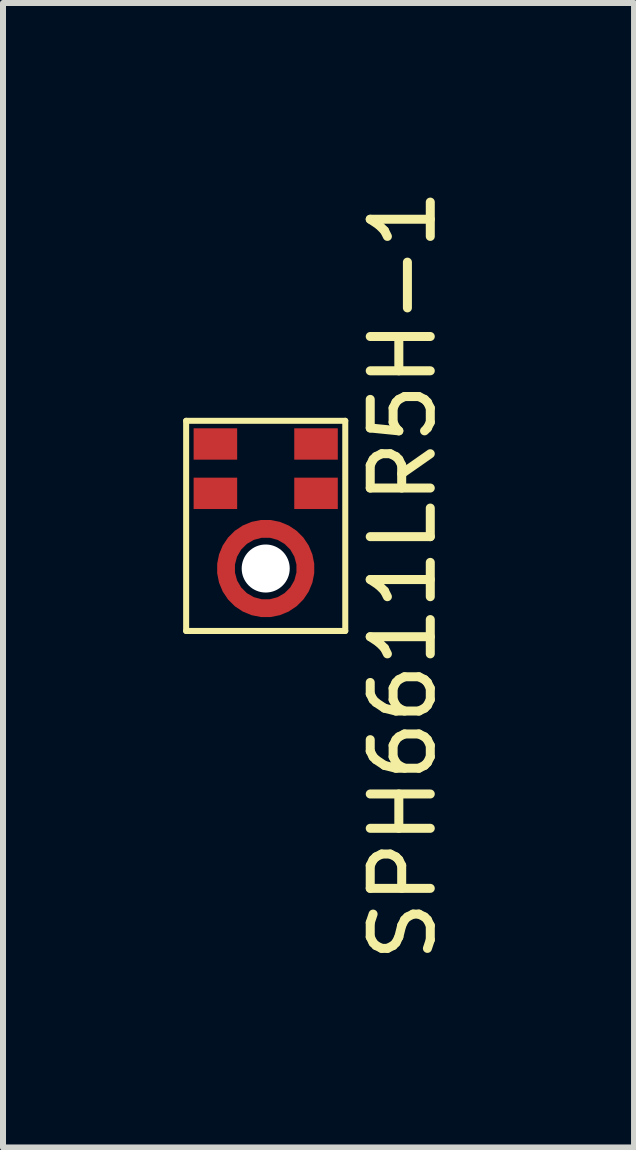
<source format=kicad_pcb>
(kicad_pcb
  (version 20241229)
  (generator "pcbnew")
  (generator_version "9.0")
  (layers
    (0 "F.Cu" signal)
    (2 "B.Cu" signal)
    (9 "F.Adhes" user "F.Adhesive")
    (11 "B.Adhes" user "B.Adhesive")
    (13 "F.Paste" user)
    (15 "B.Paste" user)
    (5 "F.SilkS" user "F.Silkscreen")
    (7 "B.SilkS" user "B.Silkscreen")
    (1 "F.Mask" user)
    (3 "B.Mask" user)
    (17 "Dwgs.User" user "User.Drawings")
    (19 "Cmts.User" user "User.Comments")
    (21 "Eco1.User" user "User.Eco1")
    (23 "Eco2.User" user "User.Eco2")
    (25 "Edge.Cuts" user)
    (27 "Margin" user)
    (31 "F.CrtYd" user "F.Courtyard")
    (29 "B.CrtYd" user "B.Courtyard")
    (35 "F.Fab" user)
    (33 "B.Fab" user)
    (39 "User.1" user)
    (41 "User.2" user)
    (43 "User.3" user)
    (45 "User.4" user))
  (footprint "SPH6611LR5H-1"
    (layer "F.Cu")
    (at 1.375 6.418)
    (property "Reference" "SPH6611LR5H-1" (at 2.286 0.112 90) (layer "F.SilkS") (effects (font (size 1 1) (thickness 0.15))))
    (attr smd)
    (fp_line (start -1.325 -2.46) (end 1.325 -2.46) (stroke (width 0.1) (type solid)) (layer "F.SilkS"))
    (fp_line (start -1.325 1.04) (end -1.325 -2.46) (stroke (width 0.1) (type solid)) (layer "F.SilkS"))
    (fp_line (start 1.325 -2.46) (end 1.325 1.04) (stroke (width 0.1) (type solid)) (layer "F.SilkS"))
    (fp_line (start 1.325 1.04) (end -1.325 1.04) (stroke (width 0.1) (type solid)) (layer "F.SilkS"))
    (fp_line (start -0.822 0.025) (end -0.822 0.045) (stroke (width 0.05) (type solid)) (layer "F.Paste"))
    (fp_line (start -0.822 0.004) (end -0.822 0.025) (stroke (width 0.05) (type solid)) (layer "F.Paste"))
    (fp_line (start -0.822 0.045) (end -0.822 0.066) (stroke (width 0.05) (type solid)) (layer "F.Paste"))
    (fp_line (start -0.822 -0.016) (end -0.822 0.004) (stroke (width 0.05) (type solid)) (layer "F.Paste"))
    (fp_line (start -0.822 0.066) (end -0.822 0.086) (stroke (width 0.05) (type solid)) (layer "F.Paste"))
    (fp_line (start -0.822 -0.037) (end -0.822 -0.016) (stroke (width 0.05) (type solid)) (layer "F.Paste"))
    (fp_line (start -0.822 0.086) (end -0.821 0.106) (stroke (width 0.05) (type solid)) (layer "F.Paste"))
    (fp_line (start -0.821 -0.057) (end -0.822 -0.037) (stroke (width 0.05) (type solid)) (layer "F.Paste"))
    (fp_line (start -0.821 0.106) (end -0.82 0.126) (stroke (width 0.05) (type solid)) (layer "F.Paste"))
    (fp_line (start -0.821 -0.077) (end -0.821 -0.057) (stroke (width 0.05) (type solid)) (layer "F.Paste"))
    (fp_line (start -0.82 0.126) (end -0.819 0.146) (stroke (width 0.05) (type solid)) (layer "F.Paste"))
    (fp_line (start -0.819 -0.097) (end -0.821 -0.077) (stroke (width 0.05) (type solid)) (layer "F.Paste"))
    (fp_line (start -0.819 0.146) (end -0.817 0.166) (stroke (width 0.05) (type solid)) (layer "F.Paste"))
    (fp_line (start -0.818 -0.117) (end -0.819 -0.097) (stroke (width 0.05) (type solid)) (layer "F.Paste"))
    (fp_line (start -0.817 0.166) (end -0.814 0.186) (stroke (width 0.05) (type solid)) (layer "F.Paste"))
    (fp_line (start -0.816 -0.137) (end -0.818 -0.117) (stroke (width 0.05) (type solid)) (layer "F.Paste"))
    (fp_line (start -0.814 0.186) (end -0.811 0.206) (stroke (width 0.05) (type solid)) (layer "F.Paste"))
    (fp_line (start -0.813 -0.157) (end -0.816 -0.137) (stroke (width 0.05) (type solid)) (layer "F.Paste"))
    (fp_line (start -0.811 0.206) (end -0.807 0.225) (stroke (width 0.05) (type solid)) (layer "F.Paste"))
    (fp_line (start -0.809 -0.176) (end -0.813 -0.157) (stroke (width 0.05) (type solid)) (layer "F.Paste"))
    (fp_line (start -0.807 0.225) (end -0.802 0.244) (stroke (width 0.05) (type solid)) (layer "F.Paste"))
    (fp_line (start -0.805 -0.196) (end -0.809 -0.176) (stroke (width 0.05) (type solid)) (layer "F.Paste"))
    (fp_line (start -0.802 0.244) (end -0.796 0.263) (stroke (width 0.05) (type solid)) (layer "F.Paste"))
    (fp_line (start -0.8 -0.215) (end -0.805 -0.196) (stroke (width 0.05) (type solid)) (layer "F.Paste"))
    (fp_line (start -0.796 0.263) (end -0.79 0.282) (stroke (width 0.05) (type solid)) (layer "F.Paste"))
    (fp_line (start -0.794 -0.233) (end -0.8 -0.215) (stroke (width 0.05) (type solid)) (layer "F.Paste"))
    (fp_line (start -0.79 0.282) (end -0.783 0.3) (stroke (width 0.05) (type solid)) (layer "F.Paste"))
    (fp_line (start -0.787 -0.252) (end -0.794 -0.233) (stroke (width 0.05) (type solid)) (layer "F.Paste"))
    (fp_line (start -0.783 0.3) (end -0.776 0.318) (stroke (width 0.05) (type solid)) (layer "F.Paste"))
    (fp_line (start -0.78 -0.27) (end -0.787 -0.252) (stroke (width 0.05) (type solid)) (layer "F.Paste"))
    (fp_line (start -0.776 0.318) (end -0.767 0.336) (stroke (width 0.05) (type solid)) (layer "F.Paste"))
    (fp_line (start -0.773 -0.288) (end -0.78 -0.27) (stroke (width 0.05) (type solid)) (layer "F.Paste"))
    (fp_line (start -0.767 0.336) (end -0.759 0.353) (stroke (width 0.05) (type solid)) (layer "F.Paste"))
    (fp_line (start -0.764 -0.306) (end -0.773 -0.288) (stroke (width 0.05) (type solid)) (layer "F.Paste"))
    (fp_line (start -0.759 0.353) (end -0.75 0.37) (stroke (width 0.05) (type solid)) (layer "F.Paste"))
    (fp_line (start -0.755 -0.323) (end -0.764 -0.306) (stroke (width 0.05) (type solid)) (layer "F.Paste"))
    (fp_line (start -0.75 0.37) (end -0.74 0.387) (stroke (width 0.05) (type solid)) (layer "F.Paste"))
    (fp_line (start -0.746 -0.34) (end -0.755 -0.323) (stroke (width 0.05) (type solid)) (layer "F.Paste"))
    (fp_line (start -0.74 0.387) (end -0.73 0.403) (stroke (width 0.05) (type solid)) (layer "F.Paste"))
    (fp_line (start -0.736 -0.356) (end -0.746 -0.34) (stroke (width 0.05) (type solid)) (layer "F.Paste"))
    (fp_line (start -0.73 0.403) (end -0.72 0.418) (stroke (width 0.05) (type solid)) (layer "F.Paste"))
    (fp_line (start -0.726 -0.372) (end -0.736 -0.356) (stroke (width 0.05) (type solid)) (layer "F.Paste"))
    (fp_line (start -0.72 0.418) (end -0.71 0.433) (stroke (width 0.05) (type solid)) (layer "F.Paste"))
    (fp_line (start -0.716 -0.387) (end -0.726 -0.372) (stroke (width 0.05) (type solid)) (layer "F.Paste"))
    (fp_line (start -0.71 0.433) (end -0.7 0.447) (stroke (width 0.05) (type solid)) (layer "F.Paste"))
    (fp_line (start -0.706 -0.402) (end -0.716 -0.387) (stroke (width 0.05) (type solid)) (layer "F.Paste"))
    (fp_line (start -0.7 0.447) (end -0.691 0.459) (stroke (width 0.05) (type solid)) (layer "F.Paste"))
    (fp_line (start -0.697 -0.415) (end -0.706 -0.402) (stroke (width 0.05) (type solid)) (layer "F.Paste"))
    (fp_line (start -0.691 0.459) (end -0.682 0.471) (stroke (width 0.05) (type solid)) (layer "F.Paste"))
    (fp_line (start -0.688 -0.427) (end -0.697 -0.415) (stroke (width 0.05) (type solid)) (layer "F.Paste"))
    (fp_line (start -0.682 0.471) (end -0.675 0.481) (stroke (width 0.05) (type solid)) (layer "F.Paste"))
    (fp_line (start -0.679 -0.438) (end -0.688 -0.427) (stroke (width 0.05) (type solid)) (layer "F.Paste"))
    (fp_line (start -0.675 0.481) (end -0.668 0.49) (stroke (width 0.05) (type solid)) (layer "F.Paste"))
    (fp_line (start -0.672 -0.448) (end -0.679 -0.438) (stroke (width 0.05) (type solid)) (layer "F.Paste"))
    (fp_line (start -0.668 0.49) (end -0.662 0.497) (stroke (width 0.05) (type solid)) (layer "F.Paste"))
    (fp_line (start -0.666 -0.456) (end -0.672 -0.448) (stroke (width 0.05) (type solid)) (layer "F.Paste"))
    (fp_line (start -0.662 0.497) (end -0.658 0.503) (stroke (width 0.05) (type solid)) (layer "F.Paste"))
    (fp_line (start -0.66 -0.463) (end -0.666 -0.456) (stroke (width 0.05) (type solid)) (layer "F.Paste"))
    (fp_line (start -0.658 0.503) (end -0.654 0.506) (stroke (width 0.05) (type solid)) (layer "F.Paste"))
    (fp_line (start -0.656 -0.468) (end -0.66 -0.463) (stroke (width 0.05) (type solid)) (layer "F.Paste"))
    (fp_line (start -0.654 0.506) (end -0.65 0.508) (stroke (width 0.05) (type solid)) (layer "F.Paste"))
    (fp_line (start -0.652 -0.471) (end -0.656 -0.468) (stroke (width 0.05) (type solid)) (layer "F.Paste"))
    (fp_line (start -0.65 0.508) (end -0.646 0.508) (stroke (width 0.05) (type solid)) (layer "F.Paste"))
    (fp_line (start -0.648 -0.472) (end -0.652 -0.471) (stroke (width 0.05) (type solid)) (layer "F.Paste"))
    (fp_line (start -0.646 0.508) (end -0.641 0.506) (stroke (width 0.05) (type solid)) (layer "F.Paste"))
    (fp_line (start -0.644 -0.471) (end -0.648 -0.472) (stroke (width 0.05) (type solid)) (layer "F.Paste"))
    (fp_line (start -0.641 0.506) (end -0.635 0.501) (stroke (width 0.05) (type solid)) (layer "F.Paste"))
    (fp_line (start -0.639 -0.468) (end -0.644 -0.471) (stroke (width 0.05) (type solid)) (layer "F.Paste"))
    (fp_line (start -0.635 0.501) (end -0.628 0.495) (stroke (width 0.05) (type solid)) (layer "F.Paste"))
    (fp_line (start -0.632 -0.463) (end -0.639 -0.468) (stroke (width 0.05) (type solid)) (layer "F.Paste"))
    (fp_line (start -0.628 0.495) (end -0.618 0.486) (stroke (width 0.05) (type solid)) (layer "F.Paste"))
    (fp_line (start -0.624 -0.455) (end -0.632 -0.463) (stroke (width 0.05) (type solid)) (layer "F.Paste"))
    (fp_line (start -0.618 0.486) (end -0.607 0.474) (stroke (width 0.05) (type solid)) (layer "F.Paste"))
    (fp_line (start -0.614 -0.445) (end -0.624 -0.455) (stroke (width 0.05) (type solid)) (layer "F.Paste"))
    (fp_line (start -0.607 0.474) (end -0.593 0.46) (stroke (width 0.05) (type solid)) (layer "F.Paste"))
    (fp_line (start -0.602 -0.433) (end -0.614 -0.445) (stroke (width 0.05) (type solid)) (layer "F.Paste"))
    (fp_line (start -0.593 0.46) (end -0.578 0.445) (stroke (width 0.05) (type solid)) (layer "F.Paste"))
    (fp_line (start -0.588 -0.418) (end -0.602 -0.433) (stroke (width 0.05) (type solid)) (layer "F.Paste"))
    (fp_line (start -0.578 0.445) (end -0.561 0.429) (stroke (width 0.05) (type solid)) (layer "F.Paste"))
    (fp_line (start -0.572 -0.403) (end -0.588 -0.418) (stroke (width 0.05) (type solid)) (layer "F.Paste"))
    (fp_line (start -0.561 0.429) (end -0.544 0.411) (stroke (width 0.05) (type solid)) (layer "F.Paste"))
    (fp_line (start -0.555 -0.386) (end -0.572 -0.403) (stroke (width 0.05) (type solid)) (layer "F.Paste"))
    (fp_line (start -0.544 0.411) (end -0.527 0.394) (stroke (width 0.05) (type solid)) (layer "F.Paste"))
    (fp_line (start -0.538 -0.368) (end -0.555 -0.386) (stroke (width 0.05) (type solid)) (layer "F.Paste"))
    (fp_line (start -0.527 0.394) (end -0.51 0.377) (stroke (width 0.05) (type solid)) (layer "F.Paste"))
    (fp_line (start -0.522 -0.001) (end -0.522 -0.007) (stroke (width 0.05) (type solid)) (layer "F.Paste"))
    (fp_line (start -0.522 0.005) (end -0.522 -0.001) (stroke (width 0.05) (type solid)) (layer "F.Paste"))
    (fp_line (start -0.522 0.009) (end -0.522 0.005) (stroke (width 0.05) (type solid)) (layer "F.Paste"))
    (fp_line (start -0.522 0.013) (end -0.522 0.009) (stroke (width 0.05) (type solid)) (layer "F.Paste"))
    (fp_line (start -0.522 0.016) (end -0.522 0.013) (stroke (width 0.05) (type solid)) (layer "F.Paste"))
    (fp_line (start -0.522 0.019) (end -0.522 0.016) (stroke (width 0.05) (type solid)) (layer "F.Paste"))
    (fp_line (start -0.522 0.022) (end -0.522 0.019) (stroke (width 0.05) (type solid)) (layer "F.Paste"))
    (fp_line (start -0.522 0.025) (end -0.522 0.022) (stroke (width 0.05) (type solid)) (layer "F.Paste"))
    (fp_line (start -0.522 0.029) (end -0.522 0.025) (stroke (width 0.05) (type solid)) (layer "F.Paste"))
    (fp_line (start -0.522 0.034) (end -0.522 0.029) (stroke (width 0.05) (type solid)) (layer "F.Paste"))
    (fp_line (start -0.522 0.039) (end -0.522 0.034) (stroke (width 0.05) (type solid)) (layer "F.Paste"))
    (fp_line (start -0.522 -0.007) (end -0.522 -0.015) (stroke (width 0.05) (type solid)) (layer "F.Paste"))
    (fp_line (start -0.522 0.046) (end -0.522 0.039) (stroke (width 0.05) (type solid)) (layer "F.Paste"))
    (fp_line (start -0.522 -0.015) (end -0.522 -0.023) (stroke (width 0.05) (type solid)) (layer "F.Paste"))
    (fp_line (start -0.522 0.054) (end -0.522 0.046) (stroke (width 0.05) (type solid)) (layer "F.Paste"))
    (fp_line (start -0.522 -0.023) (end -0.522 -0.033) (stroke (width 0.05) (type solid)) (layer "F.Paste"))
    (fp_line (start -0.522 0.063) (end -0.522 0.054) (stroke (width 0.05) (type solid)) (layer "F.Paste"))
    (fp_line (start -0.522 -0.033) (end -0.521 -0.043) (stroke (width 0.05) (type solid)) (layer "F.Paste"))
    (fp_line (start -0.521 0.073) (end -0.522 0.063) (stroke (width 0.05) (type solid)) (layer "F.Paste"))
    (fp_line (start -0.521 -0.043) (end -0.52 -0.053) (stroke (width 0.05) (type solid)) (layer "F.Paste"))
    (fp_line (start -0.521 0.083) (end -0.521 0.073) (stroke (width 0.05) (type solid)) (layer "F.Paste"))
    (fp_line (start -0.521 -0.351) (end -0.538 -0.368) (stroke (width 0.05) (type solid)) (layer "F.Paste"))
    (fp_line (start -0.52 -0.053) (end -0.52 -0.064) (stroke (width 0.05) (type solid)) (layer "F.Paste"))
    (fp_line (start -0.52 0.093) (end -0.521 0.083) (stroke (width 0.05) (type solid)) (layer "F.Paste"))
    (fp_line (start -0.52 -0.064) (end -0.518 -0.075) (stroke (width 0.05) (type solid)) (layer "F.Paste"))
    (fp_line (start -0.519 0.104) (end -0.52 0.093) (stroke (width 0.05) (type solid)) (layer "F.Paste"))
    (fp_line (start -0.518 -0.075) (end -0.517 -0.086) (stroke (width 0.05) (type solid)) (layer "F.Paste"))
    (fp_line (start -0.518 0.115) (end -0.519 0.104) (stroke (width 0.05) (type solid)) (layer "F.Paste"))
    (fp_line (start -0.517 -0.086) (end -0.515 -0.097) (stroke (width 0.05) (type solid)) (layer "F.Paste"))
    (fp_line (start -0.516 0.126) (end -0.518 0.115) (stroke (width 0.05) (type solid)) (layer "F.Paste"))
    (fp_line (start -0.515 -0.097) (end -0.513 -0.108) (stroke (width 0.05) (type solid)) (layer "F.Paste"))
    (fp_line (start -0.514 0.137) (end -0.516 0.126) (stroke (width 0.05) (type solid)) (layer "F.Paste"))
    (fp_line (start -0.513 -0.108) (end -0.51 -0.118) (stroke (width 0.05) (type solid)) (layer "F.Paste"))
    (fp_line (start -0.512 0.148) (end -0.514 0.137) (stroke (width 0.05) (type solid)) (layer "F.Paste"))
    (fp_line (start -0.51 0.377) (end -0.494 0.362) (stroke (width 0.05) (type solid)) (layer "F.Paste"))
    (fp_line (start -0.51 -0.118) (end -0.507 -0.129) (stroke (width 0.05) (type solid)) (layer "F.Paste"))
    (fp_line (start -0.509 0.159) (end -0.512 0.148) (stroke (width 0.05) (type solid)) (layer "F.Paste"))
    (fp_line (start -0.507 -0.129) (end -0.504 -0.14) (stroke (width 0.05) (type solid)) (layer "F.Paste"))
    (fp_line (start -0.506 0.17) (end -0.509 0.159) (stroke (width 0.05) (type solid)) (layer "F.Paste"))
    (fp_line (start -0.504 -0.335) (end -0.521 -0.351) (stroke (width 0.05) (type solid)) (layer "F.Paste"))
    (fp_line (start -0.504 -0.14) (end -0.5 -0.15) (stroke (width 0.05) (type solid)) (layer "F.Paste"))
    (fp_line (start -0.502 0.18) (end -0.506 0.17) (stroke (width 0.05) (type solid)) (layer "F.Paste"))
    (fp_line (start -0.5 -0.15) (end -0.496 -0.16) (stroke (width 0.05) (type solid)) (layer "F.Paste"))
    (fp_line (start -0.5 0.657) (end -0.498 0.661) (stroke (width 0.05) (type solid)) (layer "F.Paste"))
    (fp_line (start -0.499 -0.622) (end -0.499 -0.618) (stroke (width 0.05) (type solid)) (layer "F.Paste"))
    (fp_line (start -0.499 -0.618) (end -0.497 -0.613) (stroke (width 0.05) (type solid)) (layer "F.Paste"))
    (fp_line (start -0.499 0.653) (end -0.5 0.657) (stroke (width 0.05) (type solid)) (layer "F.Paste"))
    (fp_line (start -0.499 0.19) (end -0.502 0.18) (stroke (width 0.05) (type solid)) (layer "F.Paste"))
    (fp_line (start -0.498 0.661) (end -0.495 0.665) (stroke (width 0.05) (type solid)) (layer "F.Paste"))
    (fp_line (start -0.498 -0.626) (end -0.499 -0.622) (stroke (width 0.05) (type solid)) (layer "F.Paste"))
    (fp_line (start -0.497 -0.613) (end -0.493 -0.607) (stroke (width 0.05) (type solid)) (layer "F.Paste"))
    (fp_line (start -0.496 -0.16) (end -0.492 -0.17) (stroke (width 0.05) (type solid)) (layer "F.Paste"))
    (fp_line (start -0.496 0.647) (end -0.499 0.653) (stroke (width 0.05) (type solid)) (layer "F.Paste"))
    (fp_line (start -0.495 0.665) (end -0.491 0.669) (stroke (width 0.05) (type solid)) (layer "F.Paste"))
    (fp_line (start -0.495 0.2) (end -0.499 0.19) (stroke (width 0.05) (type solid)) (layer "F.Paste"))
    (fp_line (start -0.494 0.362) (end -0.48 0.347) (stroke (width 0.05) (type solid)) (layer "F.Paste"))
    (fp_line (start -0.494 -0.63) (end -0.498 -0.626) (stroke (width 0.05) (type solid)) (layer "F.Paste"))
    (fp_line (start -0.493 -0.607) (end -0.486 -0.6) (stroke (width 0.05) (type solid)) (layer "F.Paste"))
    (fp_line (start -0.492 -0.17) (end -0.487 -0.18) (stroke (width 0.05) (type solid)) (layer "F.Paste"))
    (fp_line (start -0.491 0.669) (end -0.484 0.674) (stroke (width 0.05) (type solid)) (layer "F.Paste"))
    (fp_line (start -0.49 0.641) (end -0.496 0.647) (stroke (width 0.05) (type solid)) (layer "F.Paste"))
    (fp_line (start -0.49 0.21) (end -0.495 0.2) (stroke (width 0.05) (type solid)) (layer "F.Paste"))
    (fp_line (start -0.489 -0.32) (end -0.504 -0.335) (stroke (width 0.05) (type solid)) (layer "F.Paste"))
    (fp_line (start -0.488 -0.634) (end -0.494 -0.63) (stroke (width 0.05) (type solid)) (layer "F.Paste"))
    (fp_line (start -0.487 -0.18) (end -0.483 -0.19) (stroke (width 0.05) (type solid)) (layer "F.Paste"))
    (fp_line (start -0.486 -0.6) (end -0.477 -0.591) (stroke (width 0.05) (type solid)) (layer "F.Paste"))
    (fp_line (start -0.486 0.22) (end -0.49 0.21) (stroke (width 0.05) (type solid)) (layer "F.Paste"))
    (fp_line (start -0.484 0.674) (end -0.476 0.681) (stroke (width 0.05) (type solid)) (layer "F.Paste"))
    (fp_line (start -0.483 0.633) (end -0.49 0.641) (stroke (width 0.05) (type solid)) (layer "F.Paste"))
    (fp_line (start -0.483 -0.19) (end -0.478 -0.199) (stroke (width 0.05) (type solid)) (layer "F.Paste"))
    (fp_line (start -0.481 -0.64) (end -0.488 -0.634) (stroke (width 0.05) (type solid)) (layer "F.Paste"))
    (fp_line (start -0.481 0.23) (end -0.486 0.22) (stroke (width 0.05) (type solid)) (layer "F.Paste"))
    (fp_line (start -0.48 0.347) (end -0.468 0.335) (stroke (width 0.05) (type solid)) (layer "F.Paste"))
    (fp_line (start -0.478 -0.199) (end -0.473 -0.208) (stroke (width 0.05) (type solid)) (layer "F.Paste"))
    (fp_line (start -0.477 -0.591) (end -0.466 -0.579) (stroke (width 0.05) (type solid)) (layer "F.Paste"))
    (fp_line (start -0.476 0.681) (end -0.466 0.688) (stroke (width 0.05) (type solid)) (layer "F.Paste"))
    (fp_line (start -0.476 0.239) (end -0.481 0.23) (stroke (width 0.05) (type solid)) (layer "F.Paste"))
    (fp_line (start -0.475 -0.306) (end -0.489 -0.32) (stroke (width 0.05) (type solid)) (layer "F.Paste"))
    (fp_line (start -0.473 0.623) (end -0.483 0.633) (stroke (width 0.05) (type solid)) (layer "F.Paste"))
    (fp_line (start -0.473 -0.208) (end -0.468 -0.217) (stroke (width 0.05) (type solid)) (layer "F.Paste"))
    (fp_line (start -0.472 -0.647) (end -0.481 -0.64) (stroke (width 0.05) (type solid)) (layer "F.Paste"))
    (fp_line (start -0.471 0.248) (end -0.476 0.239) (stroke (width 0.05) (type solid)) (layer "F.Paste"))
    (fp_line (start -0.468 0.335) (end -0.458 0.326) (stroke (width 0.05) (type solid)) (layer "F.Paste"))
    (fp_line (start -0.468 -0.217) (end -0.463 -0.225) (stroke (width 0.05) (type solid)) (layer "F.Paste"))
    (fp_line (start -0.466 0.688) (end -0.455 0.697) (stroke (width 0.05) (type solid)) (layer "F.Paste"))
    (fp_line (start -0.466 0.256) (end -0.471 0.248) (stroke (width 0.05) (type solid)) (layer "F.Paste"))
    (fp_line (start -0.466 -0.579) (end -0.452 -0.565) (stroke (width 0.05) (type solid)) (layer "F.Paste"))
    (fp_line (start -0.464 -0.295) (end -0.475 -0.306) (stroke (width 0.05) (type solid)) (layer "F.Paste"))
    (fp_line (start -0.463 -0.225) (end -0.458 -0.233) (stroke (width 0.05) (type solid)) (layer "F.Paste"))
    (fp_line (start -0.462 -0.655) (end -0.472 -0.647) (stroke (width 0.05) (type solid)) (layer "F.Paste"))
    (fp_line (start -0.461 0.264) (end -0.466 0.256) (stroke (width 0.05) (type solid)) (layer "F.Paste"))
    (fp_line (start -0.461 0.611) (end -0.473 0.623) (stroke (width 0.05) (type solid)) (layer "F.Paste"))
    (fp_line (start -0.458 0.326) (end -0.451 0.318) (stroke (width 0.05) (type solid)) (layer "F.Paste"))
    (fp_line (start -0.458 -0.233) (end -0.454 -0.239) (stroke (width 0.05) (type solid)) (layer "F.Paste"))
    (fp_line (start -0.456 0.272) (end -0.461 0.264) (stroke (width 0.05) (type solid)) (layer "F.Paste"))
    (fp_line (start -0.455 -0.286) (end -0.464 -0.295) (stroke (width 0.05) (type solid)) (layer "F.Paste"))
    (fp_line (start -0.455 0.697) (end -0.443 0.706) (stroke (width 0.05) (type solid)) (layer "F.Paste"))
    (fp_line (start -0.454 -0.239) (end -0.45 -0.246) (stroke (width 0.05) (type solid)) (layer "F.Paste"))
    (fp_line (start -0.452 0.278) (end -0.456 0.272) (stroke (width 0.05) (type solid)) (layer "F.Paste"))
    (fp_line (start -0.452 -0.565) (end -0.436 -0.55) (stroke (width 0.05) (type solid)) (layer "F.Paste"))
    (fp_line (start -0.451 0.318) (end -0.446 0.312) (stroke (width 0.05) (type solid)) (layer "F.Paste"))
    (fp_line (start -0.451 -0.663) (end -0.462 -0.655) (stroke (width 0.05) (type solid)) (layer "F.Paste"))
    (fp_line (start -0.45 -0.246) (end -0.446 -0.251) (stroke (width 0.05) (type solid)) (layer "F.Paste"))
    (fp_line (start -0.449 -0.279) (end -0.455 -0.286) (stroke (width 0.05) (type solid)) (layer "F.Paste"))
    (fp_line (start -0.448 0.284) (end -0.452 0.278) (stroke (width 0.05) (type solid)) (layer "F.Paste"))
    (fp_line (start -0.446 0.596) (end -0.461 0.611) (stroke (width 0.05) (type solid)) (layer "F.Paste"))
    (fp_line (start -0.446 -0.251) (end -0.443 -0.255) (stroke (width 0.05) (type solid)) (layer "F.Paste"))
    (fp_line (start -0.446 0.312) (end -0.442 0.307) (stroke (width 0.05) (type solid)) (layer "F.Paste"))
    (fp_line (start -0.445 0.289) (end -0.448 0.284) (stroke (width 0.05) (type solid)) (layer "F.Paste"))
    (fp_line (start -0.444 -0.273) (end -0.449 -0.279) (stroke (width 0.05) (type solid)) (layer "F.Paste"))
    (fp_line (start -0.443 -0.255) (end -0.441 -0.259) (stroke (width 0.05) (type solid)) (layer "F.Paste"))
    (fp_line (start -0.443 0.706) (end -0.429 0.715) (stroke (width 0.05) (type solid)) (layer "F.Paste"))
    (fp_line (start -0.442 0.293) (end -0.445 0.289) (stroke (width 0.05) (type solid)) (layer "F.Paste"))
    (fp_line (start -0.442 0.307) (end -0.44 0.303) (stroke (width 0.05) (type solid)) (layer "F.Paste"))
    (fp_line (start -0.441 -0.269) (end -0.444 -0.273) (stroke (width 0.05) (type solid)) (layer "F.Paste"))
    (fp_line (start -0.441 -0.259) (end -0.44 -0.262) (stroke (width 0.05) (type solid)) (layer "F.Paste"))
    (fp_line (start -0.44 0.297) (end -0.442 0.293) (stroke (width 0.05) (type solid)) (layer "F.Paste"))
    (fp_line (start -0.44 0.303) (end -0.44 0.3) (stroke (width 0.05) (type solid)) (layer "F.Paste"))
    (fp_line (start -0.44 -0.262) (end -0.44 -0.265) (stroke (width 0.05) (type solid)) (layer "F.Paste"))
    (fp_line (start -0.44 -0.265) (end -0.441 -0.269) (stroke (width 0.05) (type solid)) (layer "F.Paste"))
    (fp_line (start -0.44 0.3) (end -0.44 0.297) (stroke (width 0.05) (type solid)) (layer "F.Paste"))
    (fp_line (start -0.438 -0.673) (end -0.451 -0.663) (stroke (width 0.05) (type solid)) (layer "F.Paste"))
    (fp_line (start -0.436 -0.55) (end -0.42 -0.533) (stroke (width 0.05) (type solid)) (layer "F.Paste"))
    (fp_line (start -0.43 0.581) (end -0.446 0.596) (stroke (width 0.05) (type solid)) (layer "F.Paste"))
    (fp_line (start -0.429 0.715) (end -0.415 0.725) (stroke (width 0.05) (type solid)) (layer "F.Paste"))
    (fp_line (start -0.424 -0.682) (end -0.438 -0.673) (stroke (width 0.05) (type solid)) (layer "F.Paste"))
    (fp_line (start -0.42 -0.533) (end -0.403 -0.516) (stroke (width 0.05) (type solid)) (layer "F.Paste"))
    (fp_line (start -0.415 0.725) (end -0.4 0.735) (stroke (width 0.05) (type solid)) (layer "F.Paste"))
    (fp_line (start -0.414 0.564) (end -0.43 0.581) (stroke (width 0.05) (type solid)) (layer "F.Paste"))
    (fp_line (start -0.41 -0.692) (end -0.424 -0.682) (stroke (width 0.05) (type solid)) (layer "F.Paste"))
    (fp_line (start -0.403 -0.516) (end -0.385 -0.499) (stroke (width 0.05) (type solid)) (layer "F.Paste"))
    (fp_line (start -0.4 0.735) (end -0.384 0.745) (stroke (width 0.05) (type solid)) (layer "F.Paste"))
    (fp_line (start -0.396 0.546) (end -0.414 0.564) (stroke (width 0.05) (type solid)) (layer "F.Paste"))
    (fp_line (start -0.394 -0.702) (end -0.41 -0.692) (stroke (width 0.05) (type solid)) (layer "F.Paste"))
    (fp_line (start -0.385 -0.499) (end -0.369 -0.482) (stroke (width 0.05) (type solid)) (layer "F.Paste"))
    (fp_line (start -0.384 0.745) (end -0.368 0.755) (stroke (width 0.05) (type solid)) (layer "F.Paste"))
    (fp_line (start -0.379 0.529) (end -0.396 0.546) (stroke (width 0.05) (type solid)) (layer "F.Paste"))
    (fp_line (start -0.378 -0.712) (end -0.394 -0.702) (stroke (width 0.05) (type solid)) (layer "F.Paste"))
    (fp_line (start -0.369 -0.482) (end -0.353 -0.466) (stroke (width 0.05) (type solid)) (layer "F.Paste"))
    (fp_line (start -0.368 0.755) (end -0.351 0.764) (stroke (width 0.05) (type solid)) (layer "F.Paste"))
    (fp_line (start -0.363 0.513) (end -0.379 0.529) (stroke (width 0.05) (type solid)) (layer "F.Paste"))
    (fp_line (start -0.362 -0.722) (end -0.378 -0.712) (stroke (width 0.05) (type solid)) (layer "F.Paste"))
    (fp_line (start -0.353 -0.466) (end -0.339 -0.452) (stroke (width 0.05) (type solid)) (layer "F.Paste"))
    (fp_line (start -0.351 0.764) (end -0.334 0.773) (stroke (width 0.05) (type solid)) (layer "F.Paste"))
    (fp_line (start -0.347 0.498) (end -0.363 0.513) (stroke (width 0.05) (type solid)) (layer "F.Paste"))
    (fp_line (start -0.345 -0.731) (end -0.362 -0.722) (stroke (width 0.05) (type solid)) (layer "F.Paste"))
    (fp_line (start -0.339 -0.452) (end -0.327 -0.44) (stroke (width 0.05) (type solid)) (layer "F.Paste"))
    (fp_line (start -0.334 0.484) (end -0.347 0.498) (stroke (width 0.05) (type solid)) (layer "F.Paste"))
    (fp_line (start -0.334 0.773) (end -0.316 0.781) (stroke (width 0.05) (type solid)) (layer "F.Paste"))
    (fp_line (start -0.327 -0.74) (end -0.345 -0.731) (stroke (width 0.05) (type solid)) (layer "F.Paste"))
    (fp_line (start -0.327 -0.44) (end -0.317 -0.431) (stroke (width 0.05) (type solid)) (layer "F.Paste"))
    (fp_line (start -0.323 0.473) (end -0.334 0.484) (stroke (width 0.05) (type solid)) (layer "F.Paste"))
    (fp_line (start -0.317 -0.431) (end -0.309 -0.423) (stroke (width 0.05) (type solid)) (layer "F.Paste"))
    (fp_line (start -0.316 0.781) (end -0.298 0.789) (stroke (width 0.05) (type solid)) (layer "F.Paste"))
    (fp_line (start -0.314 0.464) (end -0.323 0.473) (stroke (width 0.05) (type solid)) (layer "F.Paste"))
    (fp_line (start -0.309 -0.748) (end -0.327 -0.74) (stroke (width 0.05) (type solid)) (layer "F.Paste"))
    (fp_line (start -0.309 -0.423) (end -0.303 -0.418) (stroke (width 0.05) (type solid)) (layer "F.Paste"))
    (fp_line (start -0.307 0.457) (end -0.314 0.464) (stroke (width 0.05) (type solid)) (layer "F.Paste"))
    (fp_line (start -0.303 -0.418) (end -0.298 -0.414) (stroke (width 0.05) (type solid)) (layer "F.Paste"))
    (fp_line (start -0.301 0.453) (end -0.307 0.457) (stroke (width 0.05) (type solid)) (layer "F.Paste"))
    (fp_line (start -0.298 -0.414) (end -0.294 -0.412) (stroke (width 0.05) (type solid)) (layer "F.Paste"))
    (fp_line (start -0.298 0.789) (end -0.28 0.796) (stroke (width 0.05) (type solid)) (layer "F.Paste"))
    (fp_line (start -0.297 0.45) (end -0.301 0.453) (stroke (width 0.05) (type solid)) (layer "F.Paste"))
    (fp_line (start -0.294 -0.412) (end -0.291 -0.412) (stroke (width 0.05) (type solid)) (layer "F.Paste"))
    (fp_line (start -0.293 0.448) (end -0.297 0.45) (stroke (width 0.05) (type solid)) (layer "F.Paste"))
    (fp_line (start -0.291 -0.755) (end -0.309 -0.748) (stroke (width 0.05) (type solid)) (layer "F.Paste"))
    (fp_line (start -0.291 -0.412) (end -0.288 -0.413) (stroke (width 0.05) (type solid)) (layer "F.Paste"))
    (fp_line (start -0.29 0.448) (end -0.293 0.448) (stroke (width 0.05) (type solid)) (layer "F.Paste"))
    (fp_line (start -0.288 -0.413) (end -0.284 -0.414) (stroke (width 0.05) (type solid)) (layer "F.Paste"))
    (fp_line (start -0.287 0.45) (end -0.29 0.448) (stroke (width 0.05) (type solid)) (layer "F.Paste"))
    (fp_line (start -0.284 -0.414) (end -0.28 -0.417) (stroke (width 0.05) (type solid)) (layer "F.Paste"))
    (fp_line (start -0.283 0.452) (end -0.287 0.45) (stroke (width 0.05) (type solid)) (layer "F.Paste"))
    (fp_line (start -0.28 -0.417) (end -0.275 -0.42) (stroke (width 0.05) (type solid)) (layer "F.Paste"))
    (fp_line (start -0.28 0.796) (end -0.261 0.803) (stroke (width 0.05) (type solid)) (layer "F.Paste"))
    (fp_line (start -0.279 0.455) (end -0.283 0.452) (stroke (width 0.05) (type solid)) (layer "F.Paste"))
    (fp_line (start -0.275 -0.42) (end -0.27 -0.424) (stroke (width 0.05) (type solid)) (layer "F.Paste"))
    (fp_line (start -0.273 0.458) (end -0.279 0.455) (stroke (width 0.05) (type solid)) (layer "F.Paste"))
    (fp_line (start -0.273 -0.762) (end -0.291 -0.755) (stroke (width 0.05) (type solid)) (layer "F.Paste"))
    (fp_line (start -0.27 -0.424) (end -0.263 -0.428) (stroke (width 0.05) (type solid)) (layer "F.Paste"))
    (fp_line (start -0.267 0.462) (end -0.273 0.458) (stroke (width 0.05) (type solid)) (layer "F.Paste"))
    (fp_line (start -0.263 -0.428) (end -0.256 -0.433) (stroke (width 0.05) (type solid)) (layer "F.Paste"))
    (fp_line (start -0.261 0.803) (end -0.243 0.808) (stroke (width 0.05) (type solid)) (layer "F.Paste"))
    (fp_line (start -0.26 0.467) (end -0.267 0.462) (stroke (width 0.05) (type solid)) (layer "F.Paste"))
    (fp_line (start -0.256 -0.433) (end -0.248 -0.438) (stroke (width 0.05) (type solid)) (layer "F.Paste"))
    (fp_line (start -0.254 -0.768) (end -0.273 -0.762) (stroke (width 0.05) (type solid)) (layer "F.Paste"))
    (fp_line (start -0.253 0.471) (end -0.26 0.467) (stroke (width 0.05) (type solid)) (layer "F.Paste"))
    (fp_line (start -0.248 -0.438) (end -0.239 -0.443) (stroke (width 0.05) (type solid)) (layer "F.Paste"))
    (fp_line (start -0.245 0.476) (end -0.253 0.471) (stroke (width 0.05) (type solid)) (layer "F.Paste"))
    (fp_line (start -0.243 0.808) (end -0.223 0.813) (stroke (width 0.05) (type solid)) (layer "F.Paste"))
    (fp_line (start -0.239 -0.443) (end -0.23 -0.448) (stroke (width 0.05) (type solid)) (layer "F.Paste"))
    (fp_line (start -0.236 0.481) (end -0.245 0.476) (stroke (width 0.05) (type solid)) (layer "F.Paste"))
    (fp_line (start -0.236 -0.774) (end -0.254 -0.768) (stroke (width 0.05) (type solid)) (layer "F.Paste"))
    (fp_line (start -0.23 -0.448) (end -0.221 -0.453) (stroke (width 0.05) (type solid)) (layer "F.Paste"))
    (fp_line (start -0.227 0.486) (end -0.236 0.481) (stroke (width 0.05) (type solid)) (layer "F.Paste"))
    (fp_line (start -0.223 0.813) (end -0.204 0.818) (stroke (width 0.05) (type solid)) (layer "F.Paste"))
    (fp_line (start -0.221 -0.453) (end -0.212 -0.458) (stroke (width 0.05) (type solid)) (layer "F.Paste"))
    (fp_line (start -0.218 0.491) (end -0.227 0.486) (stroke (width 0.05) (type solid)) (layer "F.Paste"))
    (fp_line (start -0.216 -0.779) (end -0.236 -0.774) (stroke (width 0.05) (type solid)) (layer "F.Paste"))
    (fp_line (start -0.212 -0.458) (end -0.202 -0.462) (stroke (width 0.05) (type solid)) (layer "F.Paste"))
    (fp_line (start -0.208 0.496) (end -0.218 0.491) (stroke (width 0.05) (type solid)) (layer "F.Paste"))
    (fp_line (start -0.204 0.818) (end -0.185 0.821) (stroke (width 0.05) (type solid)) (layer "F.Paste"))
    (fp_line (start -0.202 -0.462) (end -0.192 -0.467) (stroke (width 0.05) (type solid)) (layer "F.Paste"))
    (fp_line (start -0.198 0.501) (end -0.208 0.496) (stroke (width 0.05) (type solid)) (layer "F.Paste"))
    (fp_line (start -0.197 -0.783) (end -0.216 -0.779) (stroke (width 0.05) (type solid)) (layer "F.Paste"))
    (fp_line (start -0.192 -0.467) (end -0.182 -0.471) (stroke (width 0.05) (type solid)) (layer "F.Paste"))
    (fp_line (start -0.188 0.505) (end -0.198 0.501) (stroke (width 0.05) (type solid)) (layer "F.Paste"))
    (fp_line (start -0.185 0.821) (end -0.165 0.824) (stroke (width 0.05) (type solid)) (layer "F.Paste"))
    (fp_line (start -0.182 -0.471) (end -0.171 -0.474) (stroke (width 0.05) (type solid)) (layer "F.Paste"))
    (fp_line (start -0.178 0.509) (end -0.188 0.505) (stroke (width 0.05) (type solid)) (layer "F.Paste"))
    (fp_line (start -0.177 -0.786) (end -0.197 -0.783) (stroke (width 0.05) (type solid)) (layer "F.Paste"))
    (fp_line (start -0.171 -0.474) (end -0.161 -0.478) (stroke (width 0.05) (type solid)) (layer "F.Paste"))
    (fp_line (start -0.167 0.512) (end -0.178 0.509) (stroke (width 0.05) (type solid)) (layer "F.Paste"))
    (fp_line (start -0.165 0.824) (end -0.145 0.827) (stroke (width 0.05) (type solid)) (layer "F.Paste"))
    (fp_line (start -0.161 -0.478) (end -0.15 -0.481) (stroke (width 0.05) (type solid)) (layer "F.Paste"))
    (fp_line (start -0.158 -0.789) (end -0.177 -0.786) (stroke (width 0.05) (type solid)) (layer "F.Paste"))
    (fp_line (start -0.157 0.516) (end -0.167 0.512) (stroke (width 0.05) (type solid)) (layer "F.Paste"))
    (fp_line (start -0.15 -0.481) (end -0.14 -0.484) (stroke (width 0.05) (type solid)) (layer "F.Paste"))
    (fp_line (start -0.146 0.519) (end -0.157 0.516) (stroke (width 0.05) (type solid)) (layer "F.Paste"))
    (fp_line (start -0.145 0.827) (end -0.125 0.828) (stroke (width 0.05) (type solid)) (layer "F.Paste"))
    (fp_line (start -0.14 -0.484) (end -0.129 -0.486) (stroke (width 0.05) (type solid)) (layer "F.Paste"))
    (fp_line (start -0.138 -0.791) (end -0.158 -0.789) (stroke (width 0.05) (type solid)) (layer "F.Paste"))
    (fp_line (start -0.136 0.521) (end -0.146 0.519) (stroke (width 0.05) (type solid)) (layer "F.Paste"))
    (fp_line (start -0.129 -0.486) (end -0.118 -0.488) (stroke (width 0.05) (type solid)) (layer "F.Paste"))
    (fp_line (start -0.125 0.828) (end -0.105 0.829) (stroke (width 0.05) (type solid)) (layer "F.Paste"))
    (fp_line (start -0.125 0.524) (end -0.136 0.521) (stroke (width 0.05) (type solid)) (layer "F.Paste"))
    (fp_line (start -0.118 -0.488) (end -0.107 -0.49) (stroke (width 0.05) (type solid)) (layer "F.Paste"))
    (fp_line (start -0.118 -0.792) (end -0.138 -0.791) (stroke (width 0.05) (type solid)) (layer "F.Paste"))
    (fp_line (start -0.114 0.525) (end -0.125 0.524) (stroke (width 0.05) (type solid)) (layer "F.Paste"))
    (fp_line (start -0.107 -0.49) (end -0.096 -0.491) (stroke (width 0.05) (type solid)) (layer "F.Paste"))
    (fp_line (start -0.105 0.829) (end -0.085 0.83) (stroke (width 0.05) (type solid)) (layer "F.Paste"))
    (fp_line (start -0.103 0.527) (end -0.114 0.525) (stroke (width 0.05) (type solid)) (layer "F.Paste"))
    (fp_line (start -0.097 -0.793) (end -0.118 -0.792) (stroke (width 0.05) (type solid)) (layer "F.Paste"))
    (fp_line (start -0.096 -0.491) (end -0.085 -0.492) (stroke (width 0.05) (type solid)) (layer "F.Paste"))
    (fp_line (start -0.092 0.528) (end -0.103 0.527) (stroke (width 0.05) (type solid)) (layer "F.Paste"))
    (fp_line (start -0.085 -0.492) (end -0.074 -0.493) (stroke (width 0.05) (type solid)) (layer "F.Paste"))
    (fp_line (start -0.085 0.83) (end -0.064 0.83) (stroke (width 0.05) (type solid)) (layer "F.Paste"))
    (fp_line (start -0.081 0.529) (end -0.092 0.528) (stroke (width 0.05) (type solid)) (layer "F.Paste"))
    (fp_line (start -0.077 -0.794) (end -0.097 -0.793) (stroke (width 0.05) (type solid)) (layer "F.Paste"))
    (fp_line (start -0.074 -0.493) (end -0.064 -0.494) (stroke (width 0.05) (type solid)) (layer "F.Paste"))
    (fp_line (start -0.07 0.53) (end -0.081 0.529) (stroke (width 0.05) (type solid)) (layer "F.Paste"))
    (fp_line (start -0.064 0.83) (end -0.044 0.831) (stroke (width 0.05) (type solid)) (layer "F.Paste"))
    (fp_line (start -0.064 -0.494) (end -0.054 -0.494) (stroke (width 0.05) (type solid)) (layer "F.Paste"))
    (fp_line (start -0.06 0.53) (end -0.07 0.53) (stroke (width 0.05) (type solid)) (layer "F.Paste"))
    (fp_line (start -0.057 -0.794) (end -0.077 -0.794) (stroke (width 0.05) (type solid)) (layer "F.Paste"))
    (fp_line (start -0.054 -0.494) (end -0.046 -0.494) (stroke (width 0.05) (type solid)) (layer "F.Paste"))
    (fp_line (start -0.051 0.531) (end -0.06 0.53) (stroke (width 0.05) (type solid)) (layer "F.Paste"))
    (fp_line (start -0.046 -0.494) (end -0.038 -0.494) (stroke (width 0.05) (type solid)) (layer "F.Paste"))
    (fp_line (start -0.044 0.831) (end -0.024 0.831) (stroke (width 0.05) (type solid)) (layer "F.Paste"))
    (fp_line (start -0.043 0.531) (end -0.051 0.531) (stroke (width 0.05) (type solid)) (layer "F.Paste"))
    (fp_line (start -0.038 -0.494) (end -0.031 -0.494) (stroke (width 0.05) (type solid)) (layer "F.Paste"))
    (fp_line (start -0.036 -0.794) (end -0.057 -0.794) (stroke (width 0.05) (type solid)) (layer "F.Paste"))
    (fp_line (start -0.035 0.531) (end -0.043 0.531) (stroke (width 0.05) (type solid)) (layer "F.Paste"))
    (fp_line (start -0.031 -0.494) (end -0.025 -0.494) (stroke (width 0.05) (type solid)) (layer "F.Paste"))
    (fp_line (start -0.028 0.531) (end -0.035 0.531) (stroke (width 0.05) (type solid)) (layer "F.Paste"))
    (fp_line (start -0.025 -0.494) (end -0.02 -0.494) (stroke (width 0.05) (type solid)) (layer "F.Paste"))
    (fp_line (start -0.024 0.831) (end -0.003 0.831) (stroke (width 0.05) (type solid)) (layer "F.Paste"))
    (fp_line (start -0.023 0.531) (end -0.028 0.531) (stroke (width 0.05) (type solid)) (layer "F.Paste"))
    (fp_line (start -0.02 -0.494) (end -0.016 -0.494) (stroke (width 0.05) (type solid)) (layer "F.Paste"))
    (fp_line (start -0.019 0.531) (end -0.023 0.531) (stroke (width 0.05) (type solid)) (layer "F.Paste"))
    (fp_line (start -0.016 -0.494) (end -0.013 -0.494) (stroke (width 0.05) (type solid)) (layer "F.Paste"))
    (fp_line (start -0.016 -0.794) (end -0.036 -0.794) (stroke (width 0.05) (type solid)) (layer "F.Paste"))
    (fp_line (start -0.015 0.531) (end -0.019 0.531) (stroke (width 0.05) (type solid)) (layer "F.Paste"))
    (fp_line (start -0.013 -0.494) (end -0.01 -0.494) (stroke (width 0.05) (type solid)) (layer "F.Paste"))
    (fp_line (start -0.012 0.531) (end -0.015 0.531) (stroke (width 0.05) (type solid)) (layer "F.Paste"))
    (fp_line (start -0.01 -0.494) (end -0.007 -0.494) (stroke (width 0.05) (type solid)) (layer "F.Paste"))
    (fp_line (start -0.009 0.531) (end -0.012 0.531) (stroke (width 0.05) (type solid)) (layer "F.Paste"))
    (fp_line (start -0.007 -0.494) (end -0.004 -0.494) (stroke (width 0.05) (type solid)) (layer "F.Paste"))
    (fp_line (start -0.006 0.531) (end -0.009 0.531) (stroke (width 0.05) (type solid)) (layer "F.Paste"))
    (fp_line (start -0.004 -0.494) (end -0.001 -0.494) (stroke (width 0.05) (type solid)) (layer "F.Paste"))
    (fp_line (start -0.003 0.831) (end 0.017 0.831) (stroke (width 0.05) (type solid)) (layer "F.Paste"))
    (fp_line (start -0.003 0.531) (end -0.006 0.531) (stroke (width 0.05) (type solid)) (layer "F.Paste"))
    (fp_line (start -0.001 -0.494) (end 0.004 -0.494) (stroke (width 0.05) (type solid)) (layer "F.Paste"))
    (fp_line (start 0.001 0.531) (end -0.003 0.531) (stroke (width 0.05) (type solid)) (layer "F.Paste"))
    (fp_line (start 0.004 -0.494) (end 0.009 -0.494) (stroke (width 0.05) (type solid)) (layer "F.Paste"))
    (fp_line (start 0.004 -0.794) (end -0.016 -0.794) (stroke (width 0.05) (type solid)) (layer "F.Paste"))
    (fp_line (start 0.006 0.531) (end 0.001 0.531) (stroke (width 0.05) (type solid)) (layer "F.Paste"))
    (fp_line (start 0.009 -0.494) (end 0.016 -0.494) (stroke (width 0.05) (type solid)) (layer "F.Paste"))
    (fp_line (start 0.011 0.531) (end 0.006 0.531) (stroke (width 0.05) (type solid)) (layer "F.Paste"))
    (fp_line (start 0.016 -0.494) (end 0.023 -0.494) (stroke (width 0.05) (type solid)) (layer "F.Paste"))
    (fp_line (start 0.017 0.831) (end 0.038 0.831) (stroke (width 0.05) (type solid)) (layer "F.Paste"))
    (fp_line (start 0.018 0.531) (end 0.011 0.531) (stroke (width 0.05) (type solid)) (layer "F.Paste"))
    (fp_line (start 0.023 -0.494) (end 0.032 -0.494) (stroke (width 0.05) (type solid)) (layer "F.Paste"))
    (fp_line (start 0.025 -0.794) (end 0.004 -0.794) (stroke (width 0.05) (type solid)) (layer "F.Paste"))
    (fp_line (start 0.026 0.531) (end 0.018 0.531) (stroke (width 0.05) (type solid)) (layer "F.Paste"))
    (fp_line (start 0.032 -0.494) (end 0.041 -0.494) (stroke (width 0.05) (type solid)) (layer "F.Paste"))
    (fp_line (start 0.035 0.53) (end 0.026 0.531) (stroke (width 0.05) (type solid)) (layer "F.Paste"))
    (fp_line (start 0.038 0.831) (end 0.058 0.83) (stroke (width 0.05) (type solid)) (layer "F.Paste"))
    (fp_line (start 0.041 -0.494) (end 0.051 -0.493) (stroke (width 0.05) (type solid)) (layer "F.Paste"))
    (fp_line (start 0.045 0.53) (end 0.035 0.53) (stroke (width 0.05) (type solid)) (layer "F.Paste"))
    (fp_line (start 0.045 -0.794) (end 0.025 -0.794) (stroke (width 0.05) (type solid)) (layer "F.Paste"))
    (fp_line (start 0.051 -0.493) (end 0.062 -0.493) (stroke (width 0.05) (type solid)) (layer "F.Paste"))
    (fp_line (start 0.055 0.53) (end 0.045 0.53) (stroke (width 0.05) (type solid)) (layer "F.Paste"))
    (fp_line (start 0.058 0.83) (end 0.078 0.83) (stroke (width 0.05) (type solid)) (layer "F.Paste"))
    (fp_line (start 0.062 -0.493) (end 0.072 -0.492) (stroke (width 0.05) (type solid)) (layer "F.Paste"))
    (fp_line (start 0.066 -0.794) (end 0.045 -0.794) (stroke (width 0.05) (type solid)) (layer "F.Paste"))
    (fp_line (start 0.066 0.529) (end 0.055 0.53) (stroke (width 0.05) (type solid)) (layer "F.Paste"))
    (fp_line (start 0.072 -0.492) (end 0.083 -0.49) (stroke (width 0.05) (type solid)) (layer "F.Paste"))
    (fp_line (start 0.077 0.528) (end 0.066 0.529) (stroke (width 0.05) (type solid)) (layer "F.Paste"))
    (fp_line (start 0.078 0.83) (end 0.098 0.829) (stroke (width 0.05) (type solid)) (layer "F.Paste"))
    (fp_line (start 0.083 -0.49) (end 0.095 -0.489) (stroke (width 0.05) (type solid)) (layer "F.Paste"))
    (fp_line (start 0.086 -0.793) (end 0.066 -0.794) (stroke (width 0.05) (type solid)) (layer "F.Paste"))
    (fp_line (start 0.088 0.526) (end 0.077 0.528) (stroke (width 0.05) (type solid)) (layer "F.Paste"))
    (fp_line (start 0.095 -0.489) (end 0.105 -0.487) (stroke (width 0.05) (type solid)) (layer "F.Paste"))
    (fp_line (start 0.098 0.829) (end 0.119 0.827) (stroke (width 0.05) (type solid)) (layer "F.Paste"))
    (fp_line (start 0.099 0.525) (end 0.088 0.526) (stroke (width 0.05) (type solid)) (layer "F.Paste"))
    (fp_line (start 0.105 -0.487) (end 0.116 -0.485) (stroke (width 0.05) (type solid)) (layer "F.Paste"))
    (fp_line (start 0.106 -0.792) (end 0.086 -0.793) (stroke (width 0.05) (type solid)) (layer "F.Paste"))
    (fp_line (start 0.11 0.523) (end 0.099 0.525) (stroke (width 0.05) (type solid)) (layer "F.Paste"))
    (fp_line (start 0.116 -0.485) (end 0.127 -0.482) (stroke (width 0.05) (type solid)) (layer "F.Paste"))
    (fp_line (start 0.119 0.827) (end 0.138 0.825) (stroke (width 0.05) (type solid)) (layer "F.Paste"))
    (fp_line (start 0.12 0.52) (end 0.11 0.523) (stroke (width 0.05) (type solid)) (layer "F.Paste"))
    (fp_line (start 0.126 -0.79) (end 0.106 -0.792) (stroke (width 0.05) (type solid)) (layer "F.Paste"))
    (fp_line (start 0.127 -0.482) (end 0.138 -0.479) (stroke (width 0.05) (type solid)) (layer "F.Paste"))
    (fp_line (start 0.131 0.518) (end 0.12 0.52) (stroke (width 0.05) (type solid)) (layer "F.Paste"))
    (fp_line (start 0.138 -0.479) (end 0.148 -0.476) (stroke (width 0.05) (type solid)) (layer "F.Paste"))
    (fp_line (start 0.138 0.825) (end 0.158 0.823) (stroke (width 0.05) (type solid)) (layer "F.Paste"))
    (fp_line (start 0.142 0.514) (end 0.131 0.518) (stroke (width 0.05) (type solid)) (layer "F.Paste"))
    (fp_line (start 0.146 -0.788) (end 0.126 -0.79) (stroke (width 0.05) (type solid)) (layer "F.Paste"))
    (fp_line (start 0.148 -0.476) (end 0.159 -0.472) (stroke (width 0.05) (type solid)) (layer "F.Paste"))
    (fp_line (start 0.152 0.511) (end 0.142 0.514) (stroke (width 0.05) (type solid)) (layer "F.Paste"))
    (fp_line (start 0.158 0.823) (end 0.178 0.819) (stroke (width 0.05) (type solid)) (layer "F.Paste"))
    (fp_line (start 0.159 -0.472) (end 0.169 -0.468) (stroke (width 0.05) (type solid)) (layer "F.Paste"))
    (fp_line (start 0.162 0.507) (end 0.152 0.511) (stroke (width 0.05) (type solid)) (layer "F.Paste"))
    (fp_line (start 0.165 -0.785) (end 0.146 -0.788) (stroke (width 0.05) (type solid)) (layer "F.Paste"))
    (fp_line (start 0.169 -0.468) (end 0.179 -0.464) (stroke (width 0.05) (type solid)) (layer "F.Paste"))
    (fp_line (start 0.173 0.503) (end 0.162 0.507) (stroke (width 0.05) (type solid)) (layer "F.Paste"))
    (fp_line (start 0.178 0.819) (end 0.197 0.815) (stroke (width 0.05) (type solid)) (layer "F.Paste"))
    (fp_line (start 0.179 -0.464) (end 0.189 -0.459) (stroke (width 0.05) (type solid)) (layer "F.Paste"))
    (fp_line (start 0.183 0.499) (end 0.173 0.503) (stroke (width 0.05) (type solid)) (layer "F.Paste"))
    (fp_line (start 0.185 -0.781) (end 0.165 -0.785) (stroke (width 0.05) (type solid)) (layer "F.Paste"))
    (fp_line (start 0.189 -0.459) (end 0.198 -0.455) (stroke (width 0.05) (type solid)) (layer "F.Paste"))
    (fp_line (start 0.192 0.494) (end 0.183 0.499) (stroke (width 0.05) (type solid)) (layer "F.Paste"))
    (fp_line (start 0.197 0.815) (end 0.216 0.81) (stroke (width 0.05) (type solid)) (layer "F.Paste"))
    (fp_line (start 0.198 -0.455) (end 0.208 -0.45) (stroke (width 0.05) (type solid)) (layer "F.Paste"))
    (fp_line (start 0.202 0.489) (end 0.192 0.494) (stroke (width 0.05) (type solid)) (layer "F.Paste"))
    (fp_line (start 0.204 -0.777) (end 0.185 -0.781) (stroke (width 0.05) (type solid)) (layer "F.Paste"))
    (fp_line (start 0.208 -0.45) (end 0.217 -0.445) (stroke (width 0.05) (type solid)) (layer "F.Paste"))
    (fp_line (start 0.211 0.484) (end 0.202 0.489) (stroke (width 0.05) (type solid)) (layer "F.Paste"))
    (fp_line (start 0.216 0.81) (end 0.235 0.805) (stroke (width 0.05) (type solid)) (layer "F.Paste"))
    (fp_line (start 0.217 -0.445) (end 0.226 -0.44) (stroke (width 0.05) (type solid)) (layer "F.Paste"))
    (fp_line (start 0.22 0.479) (end 0.211 0.484) (stroke (width 0.05) (type solid)) (layer "F.Paste"))
    (fp_line (start 0.223 -0.772) (end 0.204 -0.777) (stroke (width 0.05) (type solid)) (layer "F.Paste"))
    (fp_line (start 0.226 -0.44) (end 0.234 -0.435) (stroke (width 0.05) (type solid)) (layer "F.Paste"))
    (fp_line (start 0.229 0.474) (end 0.22 0.479) (stroke (width 0.05) (type solid)) (layer "F.Paste"))
    (fp_line (start 0.234 -0.435) (end 0.241 -0.43) (stroke (width 0.05) (type solid)) (layer "F.Paste"))
    (fp_line (start 0.235 0.805) (end 0.254 0.799) (stroke (width 0.05) (type solid)) (layer "F.Paste"))
    (fp_line (start 0.237 0.47) (end 0.229 0.474) (stroke (width 0.05) (type solid)) (layer "F.Paste"))
    (fp_line (start 0.241 -0.43) (end 0.248 -0.426) (stroke (width 0.05) (type solid)) (layer "F.Paste"))
    (fp_line (start 0.242 -0.766) (end 0.223 -0.772) (stroke (width 0.05) (type solid)) (layer "F.Paste"))
    (fp_line (start 0.244 0.465) (end 0.237 0.47) (stroke (width 0.05) (type solid)) (layer "F.Paste"))
    (fp_line (start 0.248 -0.426) (end 0.254 -0.422) (stroke (width 0.05) (type solid)) (layer "F.Paste"))
    (fp_line (start 0.25 0.461) (end 0.244 0.465) (stroke (width 0.05) (type solid)) (layer "F.Paste"))
    (fp_line (start 0.254 0.799) (end 0.272 0.792) (stroke (width 0.05) (type solid)) (layer "F.Paste"))
    (fp_line (start 0.254 -0.422) (end 0.259 -0.418) (stroke (width 0.05) (type solid)) (layer "F.Paste"))
    (fp_line (start 0.256 0.457) (end 0.25 0.461) (stroke (width 0.05) (type solid)) (layer "F.Paste"))
    (fp_line (start 0.259 -0.418) (end 0.264 -0.415) (stroke (width 0.05) (type solid)) (layer "F.Paste"))
    (fp_line (start 0.261 -0.76) (end 0.242 -0.766) (stroke (width 0.05) (type solid)) (layer "F.Paste"))
    (fp_line (start 0.261 0.454) (end 0.256 0.457) (stroke (width 0.05) (type solid)) (layer "F.Paste"))
    (fp_line (start 0.264 -0.415) (end 0.267 -0.413) (stroke (width 0.05) (type solid)) (layer "F.Paste"))
    (fp_line (start 0.265 0.451) (end 0.261 0.454) (stroke (width 0.05) (type solid)) (layer "F.Paste"))
    (fp_line (start 0.267 -0.413) (end 0.271 -0.412) (stroke (width 0.05) (type solid)) (layer "F.Paste"))
    (fp_line (start 0.269 0.449) (end 0.265 0.451) (stroke (width 0.05) (type solid)) (layer "F.Paste"))
    (fp_line (start 0.271 -0.412) (end 0.274 -0.412) (stroke (width 0.05) (type solid)) (layer "F.Paste"))
    (fp_line (start 0.272 0.448) (end 0.269 0.449) (stroke (width 0.05) (type solid)) (layer "F.Paste"))
    (fp_line (start 0.272 0.792) (end 0.29 0.784) (stroke (width 0.05) (type solid)) (layer "F.Paste"))
    (fp_line (start 0.274 -0.412) (end 0.278 -0.413) (stroke (width 0.05) (type solid)) (layer "F.Paste"))
    (fp_line (start 0.275 0.449) (end 0.272 0.448) (stroke (width 0.05) (type solid)) (layer "F.Paste"))
    (fp_line (start 0.278 -0.413) (end 0.282 -0.416) (stroke (width 0.05) (type solid)) (layer "F.Paste"))
    (fp_line (start 0.279 -0.752) (end 0.261 -0.76) (stroke (width 0.05) (type solid)) (layer "F.Paste"))
    (fp_line (start 0.279 0.451) (end 0.275 0.449) (stroke (width 0.05) (type solid)) (layer "F.Paste"))
    (fp_line (start 0.282 -0.416) (end 0.288 -0.421) (stroke (width 0.05) (type solid)) (layer "F.Paste"))
    (fp_line (start 0.284 0.454) (end 0.279 0.451) (stroke (width 0.05) (type solid)) (layer "F.Paste"))
    (fp_line (start 0.288 -0.421) (end 0.295 -0.428) (stroke (width 0.05) (type solid)) (layer "F.Paste"))
    (fp_line (start 0.29 0.46) (end 0.284 0.454) (stroke (width 0.05) (type solid)) (layer "F.Paste"))
    (fp_line (start 0.29 0.784) (end 0.308 0.776) (stroke (width 0.05) (type solid)) (layer "F.Paste"))
    (fp_line (start 0.295 -0.428) (end 0.304 -0.436) (stroke (width 0.05) (type solid)) (layer "F.Paste"))
    (fp_line (start 0.297 -0.745) (end 0.279 -0.752) (stroke (width 0.05) (type solid)) (layer "F.Paste"))
    (fp_line (start 0.298 0.467) (end 0.29 0.46) (stroke (width 0.05) (type solid)) (layer "F.Paste"))
    (fp_line (start 0.304 -0.436) (end 0.315 -0.448) (stroke (width 0.05) (type solid)) (layer "F.Paste"))
    (fp_line (start 0.307 0.477) (end 0.298 0.467) (stroke (width 0.05) (type solid)) (layer "F.Paste"))
    (fp_line (start 0.308 0.776) (end 0.325 0.767) (stroke (width 0.05) (type solid)) (layer "F.Paste"))
    (fp_line (start 0.314 -0.736) (end 0.297 -0.745) (stroke (width 0.05) (type solid)) (layer "F.Paste"))
    (fp_line (start 0.315 -0.448) (end 0.328 -0.461) (stroke (width 0.05) (type solid)) (layer "F.Paste"))
    (fp_line (start 0.32 0.489) (end 0.307 0.477) (stroke (width 0.05) (type solid)) (layer "F.Paste"))
    (fp_line (start 0.325 0.767) (end 0.342 0.758) (stroke (width 0.05) (type solid)) (layer "F.Paste"))
    (fp_line (start 0.328 -0.461) (end 0.344 -0.476) (stroke (width 0.05) (type solid)) (layer "F.Paste"))
    (fp_line (start 0.332 -0.728) (end 0.314 -0.736) (stroke (width 0.05) (type solid)) (layer "F.Paste"))
    (fp_line (start 0.334 0.503) (end 0.32 0.489) (stroke (width 0.05) (type solid)) (layer "F.Paste"))
    (fp_line (start 0.342 0.758) (end 0.359 0.749) (stroke (width 0.05) (type solid)) (layer "F.Paste"))
    (fp_line (start 0.344 -0.476) (end 0.36 -0.493) (stroke (width 0.05) (type solid)) (layer "F.Paste"))
    (fp_line (start 0.349 -0.718) (end 0.332 -0.728) (stroke (width 0.05) (type solid)) (layer "F.Paste"))
    (fp_line (start 0.35 0.519) (end 0.334 0.503) (stroke (width 0.05) (type solid)) (layer "F.Paste"))
    (fp_line (start 0.359 0.749) (end 0.375 0.739) (stroke (width 0.05) (type solid)) (layer "F.Paste"))
    (fp_line (start 0.36 -0.493) (end 0.377 -0.51) (stroke (width 0.05) (type solid)) (layer "F.Paste"))
    (fp_line (start 0.365 -0.709) (end 0.349 -0.718) (stroke (width 0.05) (type solid)) (layer "F.Paste"))
    (fp_line (start 0.366 0.536) (end 0.35 0.519) (stroke (width 0.05) (type solid)) (layer "F.Paste"))
    (fp_line (start 0.375 0.739) (end 0.39 0.729) (stroke (width 0.05) (type solid)) (layer "F.Paste"))
    (fp_line (start 0.377 -0.51) (end 0.394 -0.527) (stroke (width 0.05) (type solid)) (layer "F.Paste"))
    (fp_line (start 0.381 -0.699) (end 0.365 -0.709) (stroke (width 0.05) (type solid)) (layer "F.Paste"))
    (fp_line (start 0.384 0.553) (end 0.366 0.536) (stroke (width 0.05) (type solid)) (layer "F.Paste"))
    (fp_line (start 0.39 0.729) (end 0.405 0.719) (stroke (width 0.05) (type solid)) (layer "F.Paste"))
    (fp_line (start 0.394 -0.527) (end 0.411 -0.544) (stroke (width 0.05) (type solid)) (layer "F.Paste"))
    (fp_line (start 0.396 -0.689) (end 0.381 -0.699) (stroke (width 0.05) (type solid)) (layer "F.Paste"))
    (fp_line (start 0.401 0.57) (end 0.384 0.553) (stroke (width 0.05) (type solid)) (layer "F.Paste"))
    (fp_line (start 0.405 0.719) (end 0.419 0.709) (stroke (width 0.05) (type solid)) (layer "F.Paste"))
    (fp_line (start 0.41 -0.679) (end 0.396 -0.689) (stroke (width 0.05) (type solid)) (layer "F.Paste"))
    (fp_line (start 0.411 -0.544) (end 0.427 -0.56) (stroke (width 0.05) (type solid)) (layer "F.Paste"))
    (fp_line (start 0.417 0.586) (end 0.401 0.57) (stroke (width 0.05) (type solid)) (layer "F.Paste"))
    (fp_line (start 0.419 0.709) (end 0.432 0.7) (stroke (width 0.05) (type solid)) (layer "F.Paste"))
    (fp_line (start 0.42 -0.263) (end 0.421 -0.26) (stroke (width 0.05) (type solid)) (layer "F.Paste"))
    (fp_line (start 0.421 0.302) (end 0.422 0.306) (stroke (width 0.05) (type solid)) (layer "F.Paste"))
    (fp_line (start 0.421 0.299) (end 0.421 0.302) (stroke (width 0.05) (type solid)) (layer "F.Paste"))
    (fp_line (start 0.421 -0.267) (end 0.42 -0.263) (stroke (width 0.05) (type solid)) (layer "F.Paste"))
    (fp_line (start 0.421 -0.26) (end 0.423 -0.257) (stroke (width 0.05) (type solid)) (layer "F.Paste"))
    (fp_line (start 0.422 0.295) (end 0.421 0.299) (stroke (width 0.05) (type solid)) (layer "F.Paste"))
    (fp_line (start 0.422 0.306) (end 0.425 0.31) (stroke (width 0.05) (type solid)) (layer "F.Paste"))
    (fp_line (start 0.423 -0.27) (end 0.421 -0.267) (stroke (width 0.05) (type solid)) (layer "F.Paste"))
    (fp_line (start 0.423 -0.257) (end 0.426 -0.253) (stroke (width 0.05) (type solid)) (layer "F.Paste"))
    (fp_line (start 0.424 -0.669) (end 0.41 -0.679) (stroke (width 0.05) (type solid)) (layer "F.Paste"))
    (fp_line (start 0.424 0.292) (end 0.422 0.295) (stroke (width 0.05) (type solid)) (layer "F.Paste"))
    (fp_line (start 0.425 0.31) (end 0.43 0.315) (stroke (width 0.05) (type solid)) (layer "F.Paste"))
    (fp_line (start 0.426 -0.253) (end 0.429 -0.248) (stroke (width 0.05) (type solid)) (layer "F.Paste"))
    (fp_line (start 0.426 -0.275) (end 0.423 -0.27) (stroke (width 0.05) (type solid)) (layer "F.Paste"))
    (fp_line (start 0.427 0.287) (end 0.424 0.292) (stroke (width 0.05) (type solid)) (layer "F.Paste"))
    (fp_line (start 0.427 -0.56) (end 0.441 -0.574) (stroke (width 0.05) (type solid)) (layer "F.Paste"))
    (fp_line (start 0.429 -0.248) (end 0.433 -0.242) (stroke (width 0.05) (type solid)) (layer "F.Paste"))
    (fp_line (start 0.43 0.315) (end 0.436 0.323) (stroke (width 0.05) (type solid)) (layer "F.Paste"))
    (fp_line (start 0.43 0.282) (end 0.427 0.287) (stroke (width 0.05) (type solid)) (layer "F.Paste"))
    (fp_line (start 0.432 0.7) (end 0.443 0.691) (stroke (width 0.05) (type solid)) (layer "F.Paste"))
    (fp_line (start 0.432 -0.281) (end 0.426 -0.275) (stroke (width 0.05) (type solid)) (layer "F.Paste"))
    (fp_line (start 0.433 0.602) (end 0.417 0.586) (stroke (width 0.05) (type solid)) (layer "F.Paste"))
    (fp_line (start 0.433 -0.242) (end 0.437 -0.235) (stroke (width 0.05) (type solid)) (layer "F.Paste"))
    (fp_line (start 0.434 0.276) (end 0.43 0.282) (stroke (width 0.05) (type solid)) (layer "F.Paste"))
    (fp_line (start 0.436 -0.66) (end 0.424 -0.669) (stroke (width 0.05) (type solid)) (layer "F.Paste"))
    (fp_line (start 0.436 0.323) (end 0.445 0.331) (stroke (width 0.05) (type solid)) (layer "F.Paste"))
    (fp_line (start 0.437 -0.235) (end 0.442 -0.228) (stroke (width 0.05) (type solid)) (layer "F.Paste"))
    (fp_line (start 0.439 0.269) (end 0.434 0.276) (stroke (width 0.05) (type solid)) (layer "F.Paste"))
    (fp_line (start 0.439 -0.289) (end 0.432 -0.281) (stroke (width 0.05) (type solid)) (layer "F.Paste"))
    (fp_line (start 0.441 -0.574) (end 0.454 -0.587) (stroke (width 0.05) (type solid)) (layer "F.Paste"))
    (fp_line (start 0.442 -0.228) (end 0.447 -0.22) (stroke (width 0.05) (type solid)) (layer "F.Paste"))
    (fp_line (start 0.443 0.691) (end 0.453 0.683) (stroke (width 0.05) (type solid)) (layer "F.Paste"))
    (fp_line (start 0.443 0.262) (end 0.439 0.269) (stroke (width 0.05) (type solid)) (layer "F.Paste"))
    (fp_line (start 0.445 0.331) (end 0.456 0.343) (stroke (width 0.05) (type solid)) (layer "F.Paste"))
    (fp_line (start 0.446 0.616) (end 0.433 0.602) (stroke (width 0.05) (type solid)) (layer "F.Paste"))
    (fp_line (start 0.447 -0.22) (end 0.452 -0.212) (stroke (width 0.05) (type solid)) (layer "F.Paste"))
    (fp_line (start 0.447 -0.652) (end 0.436 -0.66) (stroke (width 0.05) (type solid)) (layer "F.Paste"))
    (fp_line (start 0.448 0.253) (end 0.443 0.262) (stroke (width 0.05) (type solid)) (layer "F.Paste"))
    (fp_line (start 0.449 -0.299) (end 0.439 -0.289) (stroke (width 0.05) (type solid)) (layer "F.Paste"))
    (fp_line (start 0.452 -0.212) (end 0.457 -0.203) (stroke (width 0.05) (type solid)) (layer "F.Paste"))
    (fp_line (start 0.453 0.683) (end 0.462 0.677) (stroke (width 0.05) (type solid)) (layer "F.Paste"))
    (fp_line (start 0.453 0.245) (end 0.448 0.253) (stroke (width 0.05) (type solid)) (layer "F.Paste"))
    (fp_line (start 0.454 -0.587) (end 0.464 -0.597) (stroke (width 0.05) (type solid)) (layer "F.Paste"))
    (fp_line (start 0.456 0.343) (end 0.47 0.356) (stroke (width 0.05) (type solid)) (layer "F.Paste"))
    (fp_line (start 0.457 -0.203) (end 0.462 -0.193) (stroke (width 0.05) (type solid)) (layer "F.Paste"))
    (fp_line (start 0.457 -0.644) (end 0.447 -0.652) (stroke (width 0.05) (type solid)) (layer "F.Paste"))
    (fp_line (start 0.458 0.627) (end 0.446 0.616) (stroke (width 0.05) (type solid)) (layer "F.Paste"))
    (fp_line (start 0.458 0.236) (end 0.453 0.245) (stroke (width 0.05) (type solid)) (layer "F.Paste"))
    (fp_line (start 0.461 -0.311) (end 0.449 -0.299) (stroke (width 0.05) (type solid)) (layer "F.Paste"))
    (fp_line (start 0.462 -0.193) (end 0.466 -0.184) (stroke (width 0.05) (type solid)) (layer "F.Paste"))
    (fp_line (start 0.462 0.677) (end 0.469 0.671) (stroke (width 0.05) (type solid)) (layer "F.Paste"))
    (fp_line (start 0.463 0.226) (end 0.458 0.236) (stroke (width 0.05) (type solid)) (layer "F.Paste"))
    (fp_line (start 0.464 -0.597) (end 0.471 -0.605) (stroke (width 0.05) (type solid)) (layer "F.Paste"))
    (fp_line (start 0.465 -0.638) (end 0.457 -0.644) (stroke (width 0.05) (type solid)) (layer "F.Paste"))
    (fp_line (start 0.466 -0.184) (end 0.471 -0.174) (stroke (width 0.05) (type solid)) (layer "F.Paste"))
    (fp_line (start 0.467 0.636) (end 0.458 0.627) (stroke (width 0.05) (type solid)) (layer "F.Paste"))
    (fp_line (start 0.468 0.217) (end 0.463 0.226) (stroke (width 0.05) (type solid)) (layer "F.Paste"))
    (fp_line (start 0.469 0.671) (end 0.475 0.666) (stroke (width 0.05) (type solid)) (layer "F.Paste"))
    (fp_line (start 0.47 0.356) (end 0.485 0.371) (stroke (width 0.05) (type solid)) (layer "F.Paste"))
    (fp_line (start 0.471 -0.174) (end 0.475 -0.164) (stroke (width 0.05) (type solid)) (layer "F.Paste"))
    (fp_line (start 0.471 -0.605) (end 0.476 -0.611) (stroke (width 0.05) (type solid)) (layer "F.Paste"))
    (fp_line (start 0.471 -0.633) (end 0.465 -0.638) (stroke (width 0.05) (type solid)) (layer "F.Paste"))
    (fp_line (start 0.473 0.207) (end 0.468 0.217) (stroke (width 0.05) (type solid)) (layer "F.Paste"))
    (fp_line (start 0.473 0.644) (end 0.467 0.636) (stroke (width 0.05) (type solid)) (layer "F.Paste"))
    (fp_line (start 0.475 0.666) (end 0.478 0.662) (stroke (width 0.05) (type solid)) (layer "F.Paste"))
    (fp_line (start 0.475 -0.325) (end 0.461 -0.311) (stroke (width 0.05) (type solid)) (layer "F.Paste"))
    (fp_line (start 0.475 -0.164) (end 0.479 -0.154) (stroke (width 0.05) (type solid)) (layer "F.Paste"))
    (fp_line (start 0.476 -0.628) (end 0.471 -0.633) (stroke (width 0.05) (type solid)) (layer "F.Paste"))
    (fp_line (start 0.476 -0.611) (end 0.479 -0.616) (stroke (width 0.05) (type solid)) (layer "F.Paste"))
    (fp_line (start 0.477 0.197) (end 0.473 0.207) (stroke (width 0.05) (type solid)) (layer "F.Paste"))
    (fp_line (start 0.478 0.649) (end 0.473 0.644) (stroke (width 0.05) (type solid)) (layer "F.Paste"))
    (fp_line (start 0.478 0.662) (end 0.48 0.658) (stroke (width 0.05) (type solid)) (layer "F.Paste"))
    (fp_line (start 0.479 -0.624) (end 0.476 -0.628) (stroke (width 0.05) (type solid)) (layer "F.Paste"))
    (fp_line (start 0.479 -0.154) (end 0.483 -0.143) (stroke (width 0.05) (type solid)) (layer "F.Paste"))
    (fp_line (start 0.479 -0.616) (end 0.48 -0.62) (stroke (width 0.05) (type solid)) (layer "F.Paste"))
    (fp_line (start 0.48 0.654) (end 0.478 0.649) (stroke (width 0.05) (type solid)) (layer "F.Paste"))
    (fp_line (start 0.48 0.658) (end 0.48 0.654) (stroke (width 0.05) (type solid)) (layer "F.Paste"))
    (fp_line (start 0.48 -0.62) (end 0.479 -0.624) (stroke (width 0.05) (type solid)) (layer "F.Paste"))
    (fp_line (start 0.481 0.187) (end 0.477 0.197) (stroke (width 0.05) (type solid)) (layer "F.Paste"))
    (fp_line (start 0.483 -0.143) (end 0.487 -0.133) (stroke (width 0.05) (type solid)) (layer "F.Paste"))
    (fp_line (start 0.484 0.176) (end 0.481 0.187) (stroke (width 0.05) (type solid)) (layer "F.Paste"))
    (fp_line (start 0.485 0.371) (end 0.501 0.388) (stroke (width 0.05) (type solid)) (layer "F.Paste"))
    (fp_line (start 0.487 -0.133) (end 0.49 -0.122) (stroke (width 0.05) (type solid)) (layer "F.Paste"))
    (fp_line (start 0.488 0.166) (end 0.484 0.176) (stroke (width 0.05) (type solid)) (layer "F.Paste"))
    (fp_line (start 0.49 -0.122) (end 0.492 -0.112) (stroke (width 0.05) (type solid)) (layer "F.Paste"))
    (fp_line (start 0.491 0.155) (end 0.488 0.166) (stroke (width 0.05) (type solid)) (layer "F.Paste"))
    (fp_line (start 0.491 -0.341) (end 0.475 -0.325) (stroke (width 0.05) (type solid)) (layer "F.Paste"))
    (fp_line (start 0.492 -0.112) (end 0.495 -0.101) (stroke (width 0.05) (type solid)) (layer "F.Paste"))
    (fp_line (start 0.493 0.144) (end 0.491 0.155) (stroke (width 0.05) (type solid)) (layer "F.Paste"))
    (fp_line (start 0.495 -0.101) (end 0.497 -0.09) (stroke (width 0.05) (type solid)) (layer "F.Paste"))
    (fp_line (start 0.496 0.133) (end 0.493 0.144) (stroke (width 0.05) (type solid)) (layer "F.Paste"))
    (fp_line (start 0.497 -0.09) (end 0.499 -0.079) (stroke (width 0.05) (type solid)) (layer "F.Paste"))
    (fp_line (start 0.498 0.122) (end 0.496 0.133) (stroke (width 0.05) (type solid)) (layer "F.Paste"))
    (fp_line (start 0.499 -0.079) (end 0.5 -0.068) (stroke (width 0.05) (type solid)) (layer "F.Paste"))
    (fp_line (start 0.499 0.111) (end 0.498 0.122) (stroke (width 0.05) (type solid)) (layer "F.Paste"))
    (fp_line (start 0.5 -0.068) (end 0.501 -0.057) (stroke (width 0.05) (type solid)) (layer "F.Paste"))
    (fp_line (start 0.5 0.1) (end 0.499 0.111) (stroke (width 0.05) (type solid)) (layer "F.Paste"))
    (fp_line (start 0.501 -0.057) (end 0.502 -0.046) (stroke (width 0.05) (type solid)) (layer "F.Paste"))
    (fp_line (start 0.501 0.09) (end 0.5 0.1) (stroke (width 0.05) (type solid)) (layer "F.Paste"))
    (fp_line (start 0.501 0.388) (end 0.519 0.405) (stroke (width 0.05) (type solid)) (layer "F.Paste"))
    (fp_line (start 0.502 -0.046) (end 0.502 -0.036) (stroke (width 0.05) (type solid)) (layer "F.Paste"))
    (fp_line (start 0.502 0.079) (end 0.501 0.09) (stroke (width 0.05) (type solid)) (layer "F.Paste"))
    (fp_line (start 0.502 -0.036) (end 0.503 -0.027) (stroke (width 0.05) (type solid)) (layer "F.Paste"))
    (fp_line (start 0.502 0.069) (end 0.502 0.079) (stroke (width 0.05) (type solid)) (layer "F.Paste"))
    (fp_line (start 0.503 -0.027) (end 0.503 -0.018) (stroke (width 0.05) (type solid)) (layer "F.Paste"))
    (fp_line (start 0.503 0.06) (end 0.502 0.069) (stroke (width 0.05) (type solid)) (layer "F.Paste"))
    (fp_line (start 0.503 -0.018) (end 0.503 -0.01) (stroke (width 0.05) (type solid)) (layer "F.Paste"))
    (fp_line (start 0.503 0.051) (end 0.503 0.06) (stroke (width 0.05) (type solid)) (layer "F.Paste"))
    (fp_line (start 0.503 -0.01) (end 0.503 -0.003) (stroke (width 0.05) (type solid)) (layer "F.Paste"))
    (fp_line (start 0.503 0.044) (end 0.503 0.051) (stroke (width 0.05) (type solid)) (layer "F.Paste"))
    (fp_line (start 0.503 -0.003) (end 0.503 0.003) (stroke (width 0.05) (type solid)) (layer "F.Paste"))
    (fp_line (start 0.503 0.003) (end 0.503 0.008) (stroke (width 0.05) (type solid)) (layer "F.Paste"))
    (fp_line (start 0.503 0.008) (end 0.503 0.012) (stroke (width 0.05) (type solid)) (layer "F.Paste"))
    (fp_line (start 0.503 0.012) (end 0.503 0.015) (stroke (width 0.05) (type solid)) (layer "F.Paste"))
    (fp_line (start 0.503 0.015) (end 0.503 0.018) (stroke (width 0.05) (type solid)) (layer "F.Paste"))
    (fp_line (start 0.503 0.018) (end 0.503 0.021) (stroke (width 0.05) (type solid)) (layer "F.Paste"))
    (fp_line (start 0.503 0.021) (end 0.503 0.024) (stroke (width 0.05) (type solid)) (layer "F.Paste"))
    (fp_line (start 0.503 0.024) (end 0.503 0.027) (stroke (width 0.05) (type solid)) (layer "F.Paste"))
    (fp_line (start 0.503 0.027) (end 0.503 0.032) (stroke (width 0.05) (type solid)) (layer "F.Paste"))
    (fp_line (start 0.503 0.032) (end 0.503 0.037) (stroke (width 0.05) (type solid)) (layer "F.Paste"))
    (fp_line (start 0.503 0.037) (end 0.503 0.044) (stroke (width 0.05) (type solid)) (layer "F.Paste"))
    (fp_line (start 0.508 -0.358) (end 0.491 -0.341) (stroke (width 0.05) (type solid)) (layer "F.Paste"))
    (fp_line (start 0.519 0.405) (end 0.536 0.422) (stroke (width 0.05) (type solid)) (layer "F.Paste"))
    (fp_line (start 0.525 -0.375) (end 0.508 -0.358) (stroke (width 0.05) (type solid)) (layer "F.Paste"))
    (fp_line (start 0.536 0.422) (end 0.553 0.439) (stroke (width 0.05) (type solid)) (layer "F.Paste"))
    (fp_line (start 0.542 -0.392) (end 0.525 -0.375) (stroke (width 0.05) (type solid)) (layer "F.Paste"))
    (fp_line (start 0.553 0.439) (end 0.569 0.455) (stroke (width 0.05) (type solid)) (layer "F.Paste"))
    (fp_line (start 0.559 -0.409) (end 0.542 -0.392) (stroke (width 0.05) (type solid)) (layer "F.Paste"))
    (fp_line (start 0.569 0.455) (end 0.583 0.469) (stroke (width 0.05) (type solid)) (layer "F.Paste"))
    (fp_line (start 0.574 -0.424) (end 0.559 -0.409) (stroke (width 0.05) (type solid)) (layer "F.Paste"))
    (fp_line (start 0.583 0.469) (end 0.595 0.482) (stroke (width 0.05) (type solid)) (layer "F.Paste"))
    (fp_line (start 0.588 -0.438) (end 0.574 -0.424) (stroke (width 0.05) (type solid)) (layer "F.Paste"))
    (fp_line (start 0.595 0.482) (end 0.605 0.492) (stroke (width 0.05) (type solid)) (layer "F.Paste"))
    (fp_line (start 0.599 -0.449) (end 0.588 -0.438) (stroke (width 0.05) (type solid)) (layer "F.Paste"))
    (fp_line (start 0.605 0.492) (end 0.613 0.499) (stroke (width 0.05) (type solid)) (layer "F.Paste"))
    (fp_line (start 0.608 -0.458) (end 0.599 -0.449) (stroke (width 0.05) (type solid)) (layer "F.Paste"))
    (fp_line (start 0.613 0.499) (end 0.62 0.504) (stroke (width 0.05) (type solid)) (layer "F.Paste"))
    (fp_line (start 0.616 -0.465) (end 0.608 -0.458) (stroke (width 0.05) (type solid)) (layer "F.Paste"))
    (fp_line (start 0.62 0.504) (end 0.625 0.507) (stroke (width 0.05) (type solid)) (layer "F.Paste"))
    (fp_line (start 0.622 -0.469) (end 0.616 -0.465) (stroke (width 0.05) (type solid)) (layer "F.Paste"))
    (fp_line (start 0.625 0.507) (end 0.629 0.508) (stroke (width 0.05) (type solid)) (layer "F.Paste"))
    (fp_line (start 0.626 -0.471) (end 0.622 -0.469) (stroke (width 0.05) (type solid)) (layer "F.Paste"))
    (fp_line (start 0.629 0.508) (end 0.633 0.507) (stroke (width 0.05) (type solid)) (layer "F.Paste"))
    (fp_line (start 0.63 -0.472) (end 0.626 -0.471) (stroke (width 0.05) (type solid)) (layer "F.Paste"))
    (fp_line (start 0.633 0.507) (end 0.637 0.504) (stroke (width 0.05) (type solid)) (layer "F.Paste"))
    (fp_line (start 0.634 -0.47) (end 0.63 -0.472) (stroke (width 0.05) (type solid)) (layer "F.Paste"))
    (fp_line (start 0.637 0.504) (end 0.641 0.499) (stroke (width 0.05) (type solid)) (layer "F.Paste"))
    (fp_line (start 0.638 -0.466) (end 0.634 -0.47) (stroke (width 0.05) (type solid)) (layer "F.Paste"))
    (fp_line (start 0.641 0.499) (end 0.646 0.493) (stroke (width 0.05) (type solid)) (layer "F.Paste"))
    (fp_line (start 0.643 -0.461) (end 0.638 -0.466) (stroke (width 0.05) (type solid)) (layer "F.Paste"))
    (fp_line (start 0.646 0.493) (end 0.653 0.485) (stroke (width 0.05) (type solid)) (layer "F.Paste"))
    (fp_line (start 0.649 -0.453) (end 0.643 -0.461) (stroke (width 0.05) (type solid)) (layer "F.Paste"))
    (fp_line (start 0.653 0.485) (end 0.66 0.475) (stroke (width 0.05) (type solid)) (layer "F.Paste"))
    (fp_line (start 0.655 -0.445) (end 0.649 -0.453) (stroke (width 0.05) (type solid)) (layer "F.Paste"))
    (fp_line (start 0.66 0.475) (end 0.669 0.464) (stroke (width 0.05) (type solid)) (layer "F.Paste"))
    (fp_line (start 0.663 -0.434) (end 0.655 -0.445) (stroke (width 0.05) (type solid)) (layer "F.Paste"))
    (fp_line (start 0.669 0.464) (end 0.678 0.452) (stroke (width 0.05) (type solid)) (layer "F.Paste"))
    (fp_line (start 0.672 -0.423) (end 0.663 -0.434) (stroke (width 0.05) (type solid)) (layer "F.Paste"))
    (fp_line (start 0.678 0.452) (end 0.687 0.438) (stroke (width 0.05) (type solid)) (layer "F.Paste"))
    (fp_line (start 0.681 -0.41) (end 0.672 -0.423) (stroke (width 0.05) (type solid)) (layer "F.Paste"))
    (fp_line (start 0.687 0.438) (end 0.697 0.424) (stroke (width 0.05) (type solid)) (layer "F.Paste"))
    (fp_line (start 0.691 -0.396) (end 0.681 -0.41) (stroke (width 0.05) (type solid)) (layer "F.Paste"))
    (fp_line (start 0.697 0.424) (end 0.707 0.409) (stroke (width 0.05) (type solid)) (layer "F.Paste"))
    (fp_line (start 0.701 -0.382) (end 0.691 -0.396) (stroke (width 0.05) (type solid)) (layer "F.Paste"))
    (fp_line (start 0.707 0.409) (end 0.717 0.393) (stroke (width 0.05) (type solid)) (layer "F.Paste"))
    (fp_line (start 0.711 -0.366) (end 0.701 -0.382) (stroke (width 0.05) (type solid)) (layer "F.Paste"))
    (fp_line (start 0.717 0.393) (end 0.727 0.376) (stroke (width 0.05) (type solid)) (layer "F.Paste"))
    (fp_line (start 0.721 -0.35) (end 0.711 -0.366) (stroke (width 0.05) (type solid)) (layer "F.Paste"))
    (fp_line (start 0.727 0.376) (end 0.736 0.36) (stroke (width 0.05) (type solid)) (layer "F.Paste"))
    (fp_line (start 0.73 -0.334) (end 0.721 -0.35) (stroke (width 0.05) (type solid)) (layer "F.Paste"))
    (fp_line (start 0.736 0.36) (end 0.745 0.342) (stroke (width 0.05) (type solid)) (layer "F.Paste"))
    (fp_line (start 0.74 -0.317) (end 0.73 -0.334) (stroke (width 0.05) (type solid)) (layer "F.Paste"))
    (fp_line (start 0.745 0.342) (end 0.753 0.325) (stroke (width 0.05) (type solid)) (layer "F.Paste"))
    (fp_line (start 0.748 -0.299) (end 0.74 -0.317) (stroke (width 0.05) (type solid)) (layer "F.Paste"))
    (fp_line (start 0.753 0.325) (end 0.761 0.307) (stroke (width 0.05) (type solid)) (layer "F.Paste"))
    (fp_line (start 0.756 -0.282) (end 0.748 -0.299) (stroke (width 0.05) (type solid)) (layer "F.Paste"))
    (fp_line (start 0.761 0.307) (end 0.768 0.289) (stroke (width 0.05) (type solid)) (layer "F.Paste"))
    (fp_line (start 0.764 -0.264) (end 0.756 -0.282) (stroke (width 0.05) (type solid)) (layer "F.Paste"))
    (fp_line (start 0.768 0.289) (end 0.775 0.27) (stroke (width 0.05) (type solid)) (layer "F.Paste"))
    (fp_line (start 0.771 -0.245) (end 0.764 -0.264) (stroke (width 0.05) (type solid)) (layer "F.Paste"))
    (fp_line (start 0.775 0.27) (end 0.781 0.251) (stroke (width 0.05) (type solid)) (layer "F.Paste"))
    (fp_line (start 0.777 -0.227) (end 0.771 -0.245) (stroke (width 0.05) (type solid)) (layer "F.Paste"))
    (fp_line (start 0.781 0.251) (end 0.786 0.232) (stroke (width 0.05) (type solid)) (layer "F.Paste"))
    (fp_line (start 0.782 -0.208) (end 0.777 -0.227) (stroke (width 0.05) (type solid)) (layer "F.Paste"))
    (fp_line (start 0.786 0.232) (end 0.79 0.213) (stroke (width 0.05) (type solid)) (layer "F.Paste"))
    (fp_line (start 0.787 -0.189) (end 0.782 -0.208) (stroke (width 0.05) (type solid)) (layer "F.Paste"))
    (fp_line (start 0.79 0.213) (end 0.794 0.193) (stroke (width 0.05) (type solid)) (layer "F.Paste"))
    (fp_line (start 0.791 -0.169) (end 0.787 -0.189) (stroke (width 0.05) (type solid)) (layer "F.Paste"))
    (fp_line (start 0.794 0.193) (end 0.796 0.174) (stroke (width 0.05) (type solid)) (layer "F.Paste"))
    (fp_line (start 0.795 -0.15) (end 0.791 -0.169) (stroke (width 0.05) (type solid)) (layer "F.Paste"))
    (fp_line (start 0.796 0.174) (end 0.799 0.154) (stroke (width 0.05) (type solid)) (layer "F.Paste"))
    (fp_line (start 0.797 -0.13) (end 0.795 -0.15) (stroke (width 0.05) (type solid)) (layer "F.Paste"))
    (fp_line (start 0.799 0.154) (end 0.8 0.134) (stroke (width 0.05) (type solid)) (layer "F.Paste"))
    (fp_line (start 0.799 -0.11) (end 0.797 -0.13) (stroke (width 0.05) (type solid)) (layer "F.Paste"))
    (fp_line (start 0.8 0.134) (end 0.801 0.114) (stroke (width 0.05) (type solid)) (layer "F.Paste"))
    (fp_line (start 0.801 -0.09) (end 0.799 -0.11) (stroke (width 0.05) (type solid)) (layer "F.Paste"))
    (fp_line (start 0.801 0.114) (end 0.802 0.093) (stroke (width 0.05) (type solid)) (layer "F.Paste"))
    (fp_line (start 0.802 -0.07) (end 0.801 -0.09) (stroke (width 0.05) (type solid)) (layer "F.Paste"))
    (fp_line (start 0.802 0.093) (end 0.803 0.073) (stroke (width 0.05) (type solid)) (layer "F.Paste"))
    (fp_line (start 0.802 -0.049) (end 0.802 -0.07) (stroke (width 0.05) (type solid)) (layer "F.Paste"))
    (fp_line (start 0.803 0.073) (end 0.803 0.053) (stroke (width 0.05) (type solid)) (layer "F.Paste"))
    (fp_line (start 0.803 -0.029) (end 0.802 -0.049) (stroke (width 0.05) (type solid)) (layer "F.Paste"))
    (fp_line (start 0.803 0.053) (end 0.803 0.032) (stroke (width 0.05) (type solid)) (layer "F.Paste"))
    (fp_line (start 0.803 -0.009) (end 0.803 -0.029) (stroke (width 0.05) (type solid)) (layer "F.Paste"))
    (fp_line (start 0.803 0.032) (end 0.803 0.012) (stroke (width 0.05) (type solid)) (layer "F.Paste"))
    (fp_line (start 0.803 0.012) (end 0.803 -0.009) (stroke (width 0.05) (type solid)) (layer "F.Paste"))
    (pad "" np_thru_hole circle (at 0 0) (size 0.8 0.8) (drill 0.8) (layers "*.Cu" "*.Mask"))
    (pad "1" smd rect (at -0.838 -2.074) (size 0.725 0.522) (layers "F.Cu" "F.Mask" "F.Paste"))
    (pad "2" smd rect (at -0.838 -1.252) (size 0.725 0.522) (layers "F.Cu" "F.Mask" "F.Paste"))
    (pad "3" smd custom (at 0 -0.65) (size 0.25 0.25) (layers "F.Cu" "F.Mask") (options (anchor circle)) (primitives (gr_circle (center 0 0.65) (end 0.662 0.65) (width 0.3) (fill no))))
    (pad "4" smd rect (at 0.838 -1.252) (size 0.725 0.522) (layers "F.Cu" "F.Mask" "F.Paste"))
    (pad "5" smd rect (at 0.838 -2.074) (size 0.725 0.522) (layers "F.Cu" "F.Mask" "F.Paste")))
  (gr_rect
    (start -3 -3)
    (end 7.509 16.06)
    (stroke (width 0.1) (type default))
    (fill no)
    (layer "Edge.Cuts")))
</source>
